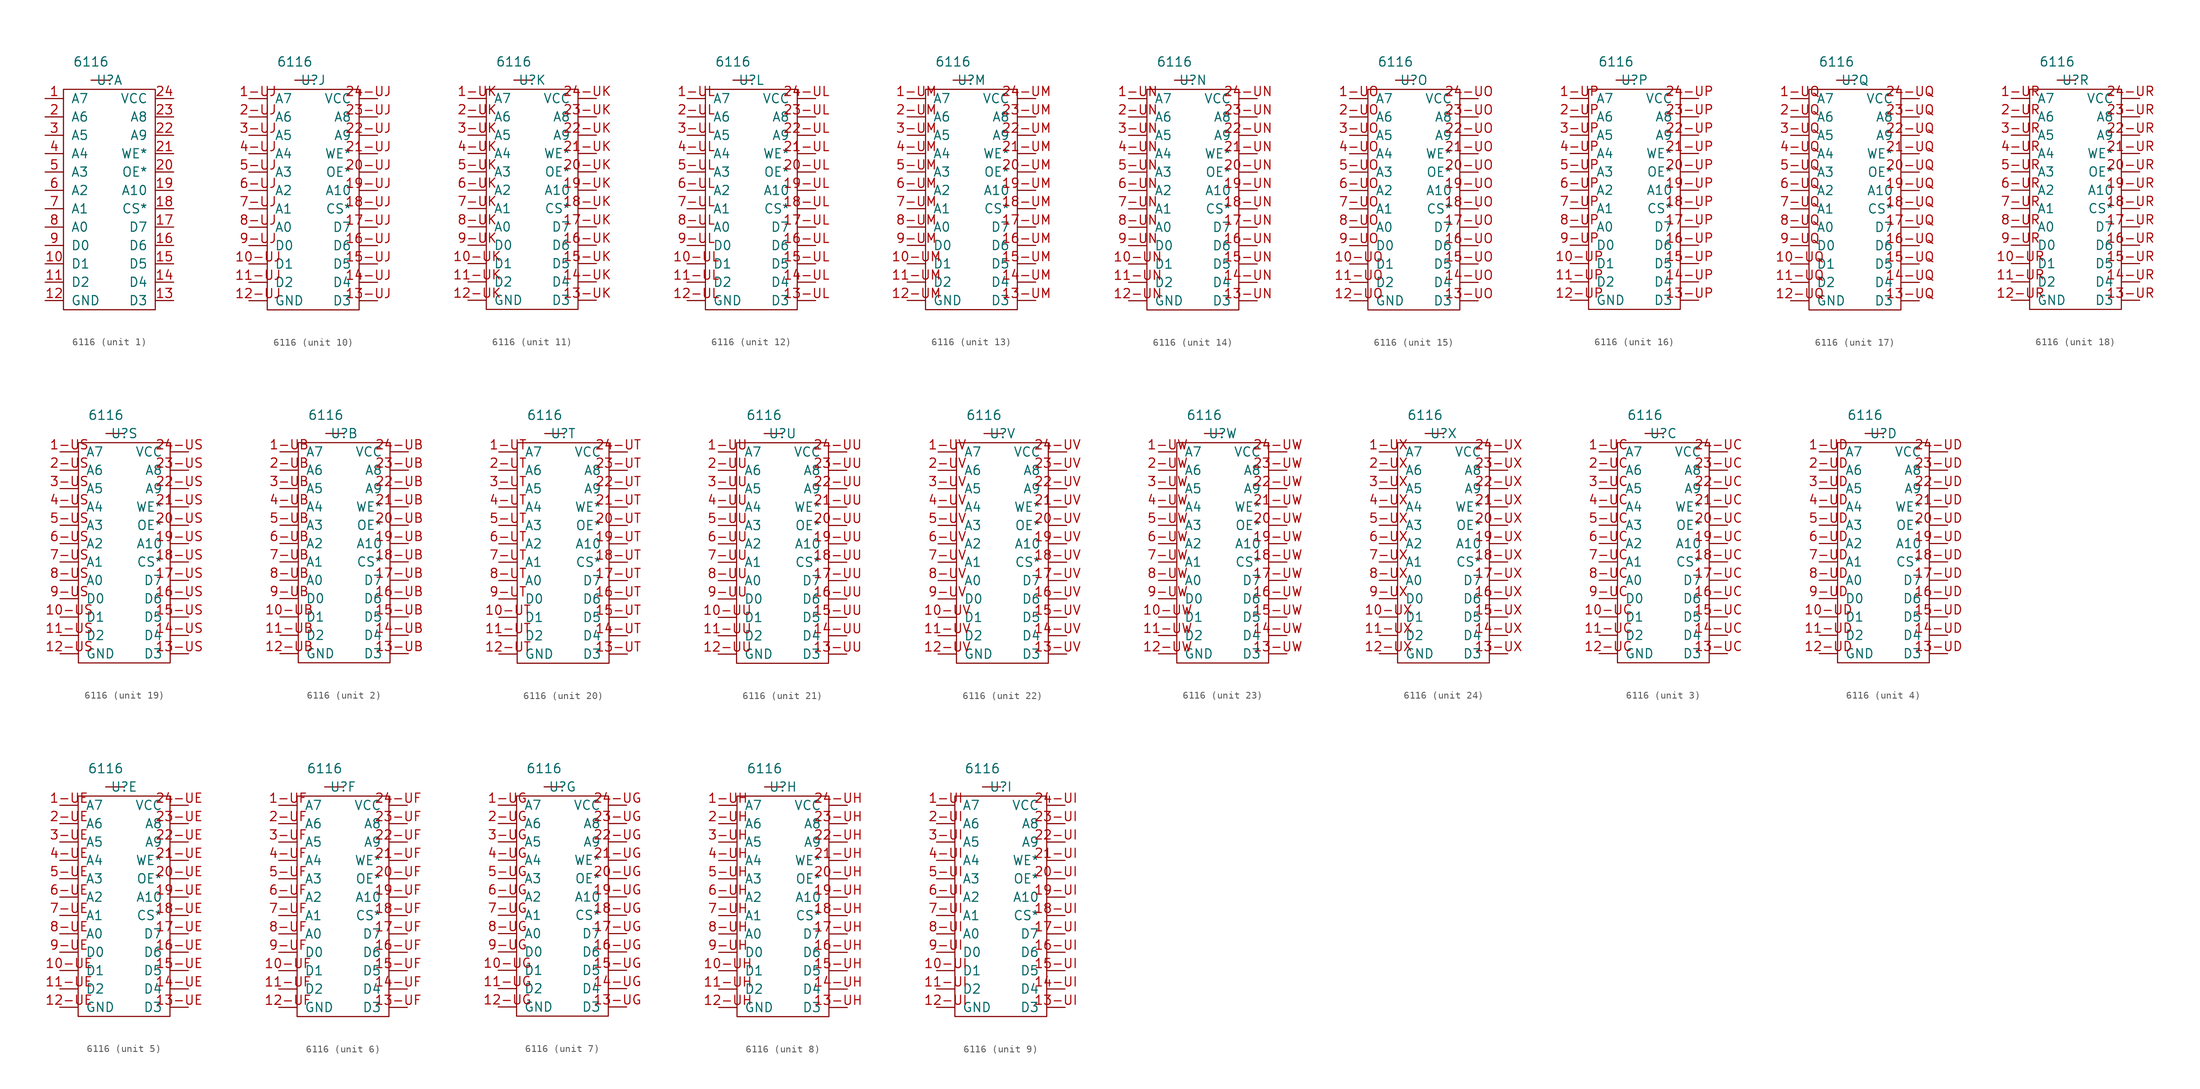
<source format=kicad_sym>
(kicad_symbol_lib
  (version 20231120)
  (generator "kicad_symbol_editor")
  (generator_version "8.0")
  (symbol "6116"
    (pin_names
      (offset 1.016))
    (property "Reference" "U"
      (at 0 0 0)
      (effects (font (size 1.27 1.27))))
    (property "Value" "6116"
      (at -2.54 2.54 0)
      (effects (font (size 1.27 1.27))))
    (symbol "6116_0_1"
      (rectangle (start -6.35 -1.27) (end 6.35 -31.75) (stroke (width 0) (type default)) (fill (type none)))
      (rectangle (start 0 0) (end -2.54 0) (stroke (width 0) (type default)) (fill (type none))))
    (symbol "6116_1_1"
      (pin input line (at -8.89 -2.54 0) (length 2.54) (name "A7" (effects (font (size 1.27 1.27)))) (number "1" (effects (font (size 1.27 1.27)))))
      (pin bidirectional line (at -8.89 -25.4 0) (length 2.54) (name "D1" (effects (font (size 1.27 1.27)))) (number "10" (effects (font (size 1.27 1.27)))))
      (pin bidirectional line (at -8.89 -27.94 0) (length 2.54) (name "D2" (effects (font (size 1.27 1.27)))) (number "11" (effects (font (size 1.27 1.27)))))
      (pin power_in line (at -8.89 -30.48 0) (length 2.54) (name "GND" (effects (font (size 1.27 1.27)))) (number "12" (effects (font (size 1.27 1.27)))))
      (pin bidirectional line (at 8.89 -30.48 180) (length 2.54) (name "D3" (effects (font (size 1.27 1.27)))) (number "13" (effects (font (size 1.27 1.27)))))
      (pin bidirectional line (at 8.89 -27.94 180) (length 2.54) (name "D4" (effects (font (size 1.27 1.27)))) (number "14" (effects (font (size 1.27 1.27)))))
      (pin bidirectional line (at 8.89 -25.4 180) (length 2.54) (name "D5" (effects (font (size 1.27 1.27)))) (number "15" (effects (font (size 1.27 1.27)))))
      (pin bidirectional line (at 8.89 -22.86 180) (length 2.54) (name "D6" (effects (font (size 1.27 1.27)))) (number "16" (effects (font (size 1.27 1.27)))))
      (pin bidirectional line (at 8.89 -20.32 180) (length 2.54) (name "D7" (effects (font (size 1.27 1.27)))) (number "17" (effects (font (size 1.27 1.27)))))
      (pin input line (at 8.89 -17.78 180) (length 2.54) (name "CS*" (effects (font (size 1.27 1.27)))) (number "18" (effects (font (size 1.27 1.27)))))
      (pin input line (at 8.89 -15.24 180) (length 2.54) (name "A10" (effects (font (size 1.27 1.27)))) (number "19" (effects (font (size 1.27 1.27)))))
      (pin input line (at -8.89 -5.08 0) (length 2.54) (name "A6" (effects (font (size 1.27 1.27)))) (number "2" (effects (font (size 1.27 1.27)))))
      (pin input line (at 8.89 -12.7 180) (length 2.54) (name "OE*" (effects (font (size 1.27 1.27)))) (number "20" (effects (font (size 1.27 1.27)))))
      (pin input line (at 8.89 -10.16 180) (length 2.54) (name "WE*" (effects (font (size 1.27 1.27)))) (number "21" (effects (font (size 1.27 1.27)))))
      (pin input line (at 8.89 -7.62 180) (length 2.54) (name "A9" (effects (font (size 1.27 1.27)))) (number "22" (effects (font (size 1.27 1.27)))))
      (pin input line (at 8.89 -5.08 180) (length 2.54) (name "A8" (effects (font (size 1.27 1.27)))) (number "23" (effects (font (size 1.27 1.27)))))
      (pin power_in line (at 8.89 -2.54 180) (length 2.54) (name "VCC" (effects (font (size 1.27 1.27)))) (number "24" (effects (font (size 1.27 1.27)))))
      (pin input line (at -8.89 -7.62 0) (length 2.54) (name "A5" (effects (font (size 1.27 1.27)))) (number "3" (effects (font (size 1.27 1.27)))))
      (pin input line (at -8.89 -10.16 0) (length 2.54) (name "A4" (effects (font (size 1.27 1.27)))) (number "4" (effects (font (size 1.27 1.27)))))
      (pin input line (at -8.89 -12.7 0) (length 2.54) (name "A3" (effects (font (size 1.27 1.27)))) (number "5" (effects (font (size 1.27 1.27)))))
      (pin input line (at -8.89 -15.24 0) (length 2.54) (name "A2" (effects (font (size 1.27 1.27)))) (number "6" (effects (font (size 1.27 1.27)))))
      (pin input line (at -8.89 -17.78 0) (length 2.54) (name "A1" (effects (font (size 1.27 1.27)))) (number "7" (effects (font (size 1.27 1.27)))))
      (pin input line (at -8.89 -20.32 0) (length 2.54) (name "A0" (effects (font (size 1.27 1.27)))) (number "8" (effects (font (size 1.27 1.27)))))
      (pin bidirectional line (at -8.89 -22.86 0) (length 2.54) (name "D0" (effects (font (size 1.27 1.27)))) (number "9" (effects (font (size 1.27 1.27))))))
    (symbol "6116_2_1"
      (pin input line (at -8.89 -2.54 0) (length 2.54) (name "A7" (effects (font (size 1.27 1.27)))) (number "1-UB" (effects (font (size 1.27 1.27)))))
      (pin bidirectional line (at -8.89 -25.4 0) (length 2.54) (name "D1" (effects (font (size 1.27 1.27)))) (number "10-UB" (effects (font (size 1.27 1.27)))))
      (pin bidirectional line (at -8.89 -27.94 0) (length 2.54) (name "D2" (effects (font (size 1.27 1.27)))) (number "11-UB" (effects (font (size 1.27 1.27)))))
      (pin power_in line (at -8.89 -30.48 0) (length 2.54) (name "GND" (effects (font (size 1.27 1.27)))) (number "12-UB" (effects (font (size 1.27 1.27)))))
      (pin bidirectional line (at 8.89 -30.48 180) (length 2.54) (name "D3" (effects (font (size 1.27 1.27)))) (number "13-UB" (effects (font (size 1.27 1.27)))))
      (pin bidirectional line (at 8.89 -27.94 180) (length 2.54) (name "D4" (effects (font (size 1.27 1.27)))) (number "14-UB" (effects (font (size 1.27 1.27)))))
      (pin bidirectional line (at 8.89 -25.4 180) (length 2.54) (name "D5" (effects (font (size 1.27 1.27)))) (number "15-UB" (effects (font (size 1.27 1.27)))))
      (pin bidirectional line (at 8.89 -22.86 180) (length 2.54) (name "D6" (effects (font (size 1.27 1.27)))) (number "16-UB" (effects (font (size 1.27 1.27)))))
      (pin bidirectional line (at 8.89 -20.32 180) (length 2.54) (name "D7" (effects (font (size 1.27 1.27)))) (number "17-UB" (effects (font (size 1.27 1.27)))))
      (pin input line (at 8.89 -17.78 180) (length 2.54) (name "CS*" (effects (font (size 1.27 1.27)))) (number "18-UB" (effects (font (size 1.27 1.27)))))
      (pin input line (at 8.89 -15.24 180) (length 2.54) (name "A10" (effects (font (size 1.27 1.27)))) (number "19-UB" (effects (font (size 1.27 1.27)))))
      (pin input line (at -8.89 -5.08 0) (length 2.54) (name "A6" (effects (font (size 1.27 1.27)))) (number "2-UB" (effects (font (size 1.27 1.27)))))
      (pin input line (at 8.89 -12.7 180) (length 2.54) (name "OE*" (effects (font (size 1.27 1.27)))) (number "20-UB" (effects (font (size 1.27 1.27)))))
      (pin input line (at 8.89 -10.16 180) (length 2.54) (name "WE*" (effects (font (size 1.27 1.27)))) (number "21-UB" (effects (font (size 1.27 1.27)))))
      (pin input line (at 8.89 -7.62 180) (length 2.54) (name "A9" (effects (font (size 1.27 1.27)))) (number "22-UB" (effects (font (size 1.27 1.27)))))
      (pin input line (at 8.89 -5.08 180) (length 2.54) (name "A8" (effects (font (size 1.27 1.27)))) (number "23-UB" (effects (font (size 1.27 1.27)))))
      (pin power_in line (at 8.89 -2.54 180) (length 2.54) (name "VCC" (effects (font (size 1.27 1.27)))) (number "24-UB" (effects (font (size 1.27 1.27)))))
      (pin input line (at -8.89 -7.62 0) (length 2.54) (name "A5" (effects (font (size 1.27 1.27)))) (number "3-UB" (effects (font (size 1.27 1.27)))))
      (pin input line (at -8.89 -10.16 0) (length 2.54) (name "A4" (effects (font (size 1.27 1.27)))) (number "4-UB" (effects (font (size 1.27 1.27)))))
      (pin input line (at -8.89 -12.7 0) (length 2.54) (name "A3" (effects (font (size 1.27 1.27)))) (number "5-UB" (effects (font (size 1.27 1.27)))))
      (pin input line (at -8.89 -15.24 0) (length 2.54) (name "A2" (effects (font (size 1.27 1.27)))) (number "6-UB" (effects (font (size 1.27 1.27)))))
      (pin input line (at -8.89 -17.78 0) (length 2.54) (name "A1" (effects (font (size 1.27 1.27)))) (number "7-UB" (effects (font (size 1.27 1.27)))))
      (pin input line (at -8.89 -20.32 0) (length 2.54) (name "A0" (effects (font (size 1.27 1.27)))) (number "8-UB" (effects (font (size 1.27 1.27)))))
      (pin bidirectional line (at -8.89 -22.86 0) (length 2.54) (name "D0" (effects (font (size 1.27 1.27)))) (number "9-UB" (effects (font (size 1.27 1.27))))))
    (symbol "6116_3_1"
      (pin input line (at -8.89 -2.54 0) (length 2.54) (name "A7" (effects (font (size 1.27 1.27)))) (number "1-UC" (effects (font (size 1.27 1.27)))))
      (pin bidirectional line (at -8.89 -25.4 0) (length 2.54) (name "D1" (effects (font (size 1.27 1.27)))) (number "10-UC" (effects (font (size 1.27 1.27)))))
      (pin bidirectional line (at -8.89 -27.94 0) (length 2.54) (name "D2" (effects (font (size 1.27 1.27)))) (number "11-UC" (effects (font (size 1.27 1.27)))))
      (pin power_in line (at -8.89 -30.48 0) (length 2.54) (name "GND" (effects (font (size 1.27 1.27)))) (number "12-UC" (effects (font (size 1.27 1.27)))))
      (pin bidirectional line (at 8.89 -30.48 180) (length 2.54) (name "D3" (effects (font (size 1.27 1.27)))) (number "13-UC" (effects (font (size 1.27 1.27)))))
      (pin bidirectional line (at 8.89 -27.94 180) (length 2.54) (name "D4" (effects (font (size 1.27 1.27)))) (number "14-UC" (effects (font (size 1.27 1.27)))))
      (pin bidirectional line (at 8.89 -25.4 180) (length 2.54) (name "D5" (effects (font (size 1.27 1.27)))) (number "15-UC" (effects (font (size 1.27 1.27)))))
      (pin bidirectional line (at 8.89 -22.86 180) (length 2.54) (name "D6" (effects (font (size 1.27 1.27)))) (number "16-UC" (effects (font (size 1.27 1.27)))))
      (pin bidirectional line (at 8.89 -20.32 180) (length 2.54) (name "D7" (effects (font (size 1.27 1.27)))) (number "17-UC" (effects (font (size 1.27 1.27)))))
      (pin input line (at 8.89 -17.78 180) (length 2.54) (name "CS*" (effects (font (size 1.27 1.27)))) (number "18-UC" (effects (font (size 1.27 1.27)))))
      (pin input line (at 8.89 -15.24 180) (length 2.54) (name "A10" (effects (font (size 1.27 1.27)))) (number "19-UC" (effects (font (size 1.27 1.27)))))
      (pin input line (at -8.89 -5.08 0) (length 2.54) (name "A6" (effects (font (size 1.27 1.27)))) (number "2-UC" (effects (font (size 1.27 1.27)))))
      (pin input line (at 8.89 -12.7 180) (length 2.54) (name "OE*" (effects (font (size 1.27 1.27)))) (number "20-UC" (effects (font (size 1.27 1.27)))))
      (pin input line (at 8.89 -10.16 180) (length 2.54) (name "WE*" (effects (font (size 1.27 1.27)))) (number "21-UC" (effects (font (size 1.27 1.27)))))
      (pin input line (at 8.89 -7.62 180) (length 2.54) (name "A9" (effects (font (size 1.27 1.27)))) (number "22-UC" (effects (font (size 1.27 1.27)))))
      (pin input line (at 8.89 -5.08 180) (length 2.54) (name "A8" (effects (font (size 1.27 1.27)))) (number "23-UC" (effects (font (size 1.27 1.27)))))
      (pin power_in line (at 8.89 -2.54 180) (length 2.54) (name "VCC" (effects (font (size 1.27 1.27)))) (number "24-UC" (effects (font (size 1.27 1.27)))))
      (pin input line (at -8.89 -7.62 0) (length 2.54) (name "A5" (effects (font (size 1.27 1.27)))) (number "3-UC" (effects (font (size 1.27 1.27)))))
      (pin input line (at -8.89 -10.16 0) (length 2.54) (name "A4" (effects (font (size 1.27 1.27)))) (number "4-UC" (effects (font (size 1.27 1.27)))))
      (pin input line (at -8.89 -12.7 0) (length 2.54) (name "A3" (effects (font (size 1.27 1.27)))) (number "5-UC" (effects (font (size 1.27 1.27)))))
      (pin input line (at -8.89 -15.24 0) (length 2.54) (name "A2" (effects (font (size 1.27 1.27)))) (number "6-UC" (effects (font (size 1.27 1.27)))))
      (pin input line (at -8.89 -17.78 0) (length 2.54) (name "A1" (effects (font (size 1.27 1.27)))) (number "7-UC" (effects (font (size 1.27 1.27)))))
      (pin input line (at -8.89 -20.32 0) (length 2.54) (name "A0" (effects (font (size 1.27 1.27)))) (number "8-UC" (effects (font (size 1.27 1.27)))))
      (pin bidirectional line (at -8.89 -22.86 0) (length 2.54) (name "D0" (effects (font (size 1.27 1.27)))) (number "9-UC" (effects (font (size 1.27 1.27))))))
    (symbol "6116_4_1"
      (pin input line (at -8.89 -2.54 0) (length 2.54) (name "A7" (effects (font (size 1.27 1.27)))) (number "1-UD" (effects (font (size 1.27 1.27)))))
      (pin bidirectional line (at -8.89 -25.4 0) (length 2.54) (name "D1" (effects (font (size 1.27 1.27)))) (number "10-UD" (effects (font (size 1.27 1.27)))))
      (pin bidirectional line (at -8.89 -27.94 0) (length 2.54) (name "D2" (effects (font (size 1.27 1.27)))) (number "11-UD" (effects (font (size 1.27 1.27)))))
      (pin power_in line (at -8.89 -30.48 0) (length 2.54) (name "GND" (effects (font (size 1.27 1.27)))) (number "12-UD" (effects (font (size 1.27 1.27)))))
      (pin bidirectional line (at 8.89 -30.48 180) (length 2.54) (name "D3" (effects (font (size 1.27 1.27)))) (number "13-UD" (effects (font (size 1.27 1.27)))))
      (pin bidirectional line (at 8.89 -27.94 180) (length 2.54) (name "D4" (effects (font (size 1.27 1.27)))) (number "14-UD" (effects (font (size 1.27 1.27)))))
      (pin bidirectional line (at 8.89 -25.4 180) (length 2.54) (name "D5" (effects (font (size 1.27 1.27)))) (number "15-UD" (effects (font (size 1.27 1.27)))))
      (pin bidirectional line (at 8.89 -22.86 180) (length 2.54) (name "D6" (effects (font (size 1.27 1.27)))) (number "16-UD" (effects (font (size 1.27 1.27)))))
      (pin bidirectional line (at 8.89 -20.32 180) (length 2.54) (name "D7" (effects (font (size 1.27 1.27)))) (number "17-UD" (effects (font (size 1.27 1.27)))))
      (pin input line (at 8.89 -17.78 180) (length 2.54) (name "CS*" (effects (font (size 1.27 1.27)))) (number "18-UD" (effects (font (size 1.27 1.27)))))
      (pin input line (at 8.89 -15.24 180) (length 2.54) (name "A10" (effects (font (size 1.27 1.27)))) (number "19-UD" (effects (font (size 1.27 1.27)))))
      (pin input line (at -8.89 -5.08 0) (length 2.54) (name "A6" (effects (font (size 1.27 1.27)))) (number "2-UD" (effects (font (size 1.27 1.27)))))
      (pin input line (at 8.89 -12.7 180) (length 2.54) (name "OE*" (effects (font (size 1.27 1.27)))) (number "20-UD" (effects (font (size 1.27 1.27)))))
      (pin input line (at 8.89 -10.16 180) (length 2.54) (name "WE*" (effects (font (size 1.27 1.27)))) (number "21-UD" (effects (font (size 1.27 1.27)))))
      (pin input line (at 8.89 -7.62 180) (length 2.54) (name "A9" (effects (font (size 1.27 1.27)))) (number "22-UD" (effects (font (size 1.27 1.27)))))
      (pin input line (at 8.89 -5.08 180) (length 2.54) (name "A8" (effects (font (size 1.27 1.27)))) (number "23-UD" (effects (font (size 1.27 1.27)))))
      (pin power_in line (at 8.89 -2.54 180) (length 2.54) (name "VCC" (effects (font (size 1.27 1.27)))) (number "24-UD" (effects (font (size 1.27 1.27)))))
      (pin input line (at -8.89 -7.62 0) (length 2.54) (name "A5" (effects (font (size 1.27 1.27)))) (number "3-UD" (effects (font (size 1.27 1.27)))))
      (pin input line (at -8.89 -10.16 0) (length 2.54) (name "A4" (effects (font (size 1.27 1.27)))) (number "4-UD" (effects (font (size 1.27 1.27)))))
      (pin input line (at -8.89 -12.7 0) (length 2.54) (name "A3" (effects (font (size 1.27 1.27)))) (number "5-UD" (effects (font (size 1.27 1.27)))))
      (pin input line (at -8.89 -15.24 0) (length 2.54) (name "A2" (effects (font (size 1.27 1.27)))) (number "6-UD" (effects (font (size 1.27 1.27)))))
      (pin input line (at -8.89 -17.78 0) (length 2.54) (name "A1" (effects (font (size 1.27 1.27)))) (number "7-UD" (effects (font (size 1.27 1.27)))))
      (pin input line (at -8.89 -20.32 0) (length 2.54) (name "A0" (effects (font (size 1.27 1.27)))) (number "8-UD" (effects (font (size 1.27 1.27)))))
      (pin bidirectional line (at -8.89 -22.86 0) (length 2.54) (name "D0" (effects (font (size 1.27 1.27)))) (number "9-UD" (effects (font (size 1.27 1.27))))))
    (symbol "6116_5_1"
      (pin input line (at -8.89 -2.54 0) (length 2.54) (name "A7" (effects (font (size 1.27 1.27)))) (number "1-UE" (effects (font (size 1.27 1.27)))))
      (pin bidirectional line (at -8.89 -25.4 0) (length 2.54) (name "D1" (effects (font (size 1.27 1.27)))) (number "10-UE" (effects (font (size 1.27 1.27)))))
      (pin bidirectional line (at -8.89 -27.94 0) (length 2.54) (name "D2" (effects (font (size 1.27 1.27)))) (number "11-UE" (effects (font (size 1.27 1.27)))))
      (pin power_in line (at -8.89 -30.48 0) (length 2.54) (name "GND" (effects (font (size 1.27 1.27)))) (number "12-UE" (effects (font (size 1.27 1.27)))))
      (pin bidirectional line (at 8.89 -30.48 180) (length 2.54) (name "D3" (effects (font (size 1.27 1.27)))) (number "13-UE" (effects (font (size 1.27 1.27)))))
      (pin bidirectional line (at 8.89 -27.94 180) (length 2.54) (name "D4" (effects (font (size 1.27 1.27)))) (number "14-UE" (effects (font (size 1.27 1.27)))))
      (pin bidirectional line (at 8.89 -25.4 180) (length 2.54) (name "D5" (effects (font (size 1.27 1.27)))) (number "15-UE" (effects (font (size 1.27 1.27)))))
      (pin bidirectional line (at 8.89 -22.86 180) (length 2.54) (name "D6" (effects (font (size 1.27 1.27)))) (number "16-UE" (effects (font (size 1.27 1.27)))))
      (pin bidirectional line (at 8.89 -20.32 180) (length 2.54) (name "D7" (effects (font (size 1.27 1.27)))) (number "17-UE" (effects (font (size 1.27 1.27)))))
      (pin input line (at 8.89 -17.78 180) (length 2.54) (name "CS*" (effects (font (size 1.27 1.27)))) (number "18-UE" (effects (font (size 1.27 1.27)))))
      (pin input line (at 8.89 -15.24 180) (length 2.54) (name "A10" (effects (font (size 1.27 1.27)))) (number "19-UE" (effects (font (size 1.27 1.27)))))
      (pin input line (at -8.89 -5.08 0) (length 2.54) (name "A6" (effects (font (size 1.27 1.27)))) (number "2-UE" (effects (font (size 1.27 1.27)))))
      (pin input line (at 8.89 -12.7 180) (length 2.54) (name "OE*" (effects (font (size 1.27 1.27)))) (number "20-UE" (effects (font (size 1.27 1.27)))))
      (pin input line (at 8.89 -10.16 180) (length 2.54) (name "WE*" (effects (font (size 1.27 1.27)))) (number "21-UE" (effects (font (size 1.27 1.27)))))
      (pin input line (at 8.89 -7.62 180) (length 2.54) (name "A9" (effects (font (size 1.27 1.27)))) (number "22-UE" (effects (font (size 1.27 1.27)))))
      (pin input line (at 8.89 -5.08 180) (length 2.54) (name "A8" (effects (font (size 1.27 1.27)))) (number "23-UE" (effects (font (size 1.27 1.27)))))
      (pin power_in line (at 8.89 -2.54 180) (length 2.54) (name "VCC" (effects (font (size 1.27 1.27)))) (number "24-UE" (effects (font (size 1.27 1.27)))))
      (pin input line (at -8.89 -7.62 0) (length 2.54) (name "A5" (effects (font (size 1.27 1.27)))) (number "3-UE" (effects (font (size 1.27 1.27)))))
      (pin input line (at -8.89 -10.16 0) (length 2.54) (name "A4" (effects (font (size 1.27 1.27)))) (number "4-UE" (effects (font (size 1.27 1.27)))))
      (pin input line (at -8.89 -12.7 0) (length 2.54) (name "A3" (effects (font (size 1.27 1.27)))) (number "5-UE" (effects (font (size 1.27 1.27)))))
      (pin input line (at -8.89 -15.24 0) (length 2.54) (name "A2" (effects (font (size 1.27 1.27)))) (number "6-UE" (effects (font (size 1.27 1.27)))))
      (pin input line (at -8.89 -17.78 0) (length 2.54) (name "A1" (effects (font (size 1.27 1.27)))) (number "7-UE" (effects (font (size 1.27 1.27)))))
      (pin input line (at -8.89 -20.32 0) (length 2.54) (name "A0" (effects (font (size 1.27 1.27)))) (number "8-UE" (effects (font (size 1.27 1.27)))))
      (pin bidirectional line (at -8.89 -22.86 0) (length 2.54) (name "D0" (effects (font (size 1.27 1.27)))) (number "9-UE" (effects (font (size 1.27 1.27))))))
    (symbol "6116_6_1"
      (pin input line (at -8.89 -2.54 0) (length 2.54) (name "A7" (effects (font (size 1.27 1.27)))) (number "1-UF" (effects (font (size 1.27 1.27)))))
      (pin bidirectional line (at -8.89 -25.4 0) (length 2.54) (name "D1" (effects (font (size 1.27 1.27)))) (number "10-UF" (effects (font (size 1.27 1.27)))))
      (pin bidirectional line (at -8.89 -27.94 0) (length 2.54) (name "D2" (effects (font (size 1.27 1.27)))) (number "11-UF" (effects (font (size 1.27 1.27)))))
      (pin power_in line (at -8.89 -30.48 0) (length 2.54) (name "GND" (effects (font (size 1.27 1.27)))) (number "12-UF" (effects (font (size 1.27 1.27)))))
      (pin bidirectional line (at 8.89 -30.48 180) (length 2.54) (name "D3" (effects (font (size 1.27 1.27)))) (number "13-UF" (effects (font (size 1.27 1.27)))))
      (pin bidirectional line (at 8.89 -27.94 180) (length 2.54) (name "D4" (effects (font (size 1.27 1.27)))) (number "14-UF" (effects (font (size 1.27 1.27)))))
      (pin bidirectional line (at 8.89 -25.4 180) (length 2.54) (name "D5" (effects (font (size 1.27 1.27)))) (number "15-UF" (effects (font (size 1.27 1.27)))))
      (pin bidirectional line (at 8.89 -22.86 180) (length 2.54) (name "D6" (effects (font (size 1.27 1.27)))) (number "16-UF" (effects (font (size 1.27 1.27)))))
      (pin bidirectional line (at 8.89 -20.32 180) (length 2.54) (name "D7" (effects (font (size 1.27 1.27)))) (number "17-UF" (effects (font (size 1.27 1.27)))))
      (pin input line (at 8.89 -17.78 180) (length 2.54) (name "CS*" (effects (font (size 1.27 1.27)))) (number "18-UF" (effects (font (size 1.27 1.27)))))
      (pin input line (at 8.89 -15.24 180) (length 2.54) (name "A10" (effects (font (size 1.27 1.27)))) (number "19-UF" (effects (font (size 1.27 1.27)))))
      (pin input line (at -8.89 -5.08 0) (length 2.54) (name "A6" (effects (font (size 1.27 1.27)))) (number "2-UF" (effects (font (size 1.27 1.27)))))
      (pin input line (at 8.89 -12.7 180) (length 2.54) (name "OE*" (effects (font (size 1.27 1.27)))) (number "20-UF" (effects (font (size 1.27 1.27)))))
      (pin input line (at 8.89 -10.16 180) (length 2.54) (name "WE*" (effects (font (size 1.27 1.27)))) (number "21-UF" (effects (font (size 1.27 1.27)))))
      (pin input line (at 8.89 -7.62 180) (length 2.54) (name "A9" (effects (font (size 1.27 1.27)))) (number "22-UF" (effects (font (size 1.27 1.27)))))
      (pin input line (at 8.89 -5.08 180) (length 2.54) (name "A8" (effects (font (size 1.27 1.27)))) (number "23-UF" (effects (font (size 1.27 1.27)))))
      (pin power_in line (at 8.89 -2.54 180) (length 2.54) (name "VCC" (effects (font (size 1.27 1.27)))) (number "24-UF" (effects (font (size 1.27 1.27)))))
      (pin input line (at -8.89 -7.62 0) (length 2.54) (name "A5" (effects (font (size 1.27 1.27)))) (number "3-UF" (effects (font (size 1.27 1.27)))))
      (pin input line (at -8.89 -10.16 0) (length 2.54) (name "A4" (effects (font (size 1.27 1.27)))) (number "4-UF" (effects (font (size 1.27 1.27)))))
      (pin input line (at -8.89 -12.7 0) (length 2.54) (name "A3" (effects (font (size 1.27 1.27)))) (number "5-UF" (effects (font (size 1.27 1.27)))))
      (pin input line (at -8.89 -15.24 0) (length 2.54) (name "A2" (effects (font (size 1.27 1.27)))) (number "6-UF" (effects (font (size 1.27 1.27)))))
      (pin input line (at -8.89 -17.78 0) (length 2.54) (name "A1" (effects (font (size 1.27 1.27)))) (number "7-UF" (effects (font (size 1.27 1.27)))))
      (pin input line (at -8.89 -20.32 0) (length 2.54) (name "A0" (effects (font (size 1.27 1.27)))) (number "8-UF" (effects (font (size 1.27 1.27)))))
      (pin bidirectional line (at -8.89 -22.86 0) (length 2.54) (name "D0" (effects (font (size 1.27 1.27)))) (number "9-UF" (effects (font (size 1.27 1.27))))))
    (symbol "6116_7_1"
      (pin input line (at -8.89 -2.54 0) (length 2.54) (name "A7" (effects (font (size 1.27 1.27)))) (number "1-UG" (effects (font (size 1.27 1.27)))))
      (pin bidirectional line (at -8.89 -25.4 0) (length 2.54) (name "D1" (effects (font (size 1.27 1.27)))) (number "10-UG" (effects (font (size 1.27 1.27)))))
      (pin bidirectional line (at -8.89 -27.94 0) (length 2.54) (name "D2" (effects (font (size 1.27 1.27)))) (number "11-UG" (effects (font (size 1.27 1.27)))))
      (pin power_in line (at -8.89 -30.48 0) (length 2.54) (name "GND" (effects (font (size 1.27 1.27)))) (number "12-UG" (effects (font (size 1.27 1.27)))))
      (pin bidirectional line (at 8.89 -30.48 180) (length 2.54) (name "D3" (effects (font (size 1.27 1.27)))) (number "13-UG" (effects (font (size 1.27 1.27)))))
      (pin bidirectional line (at 8.89 -27.94 180) (length 2.54) (name "D4" (effects (font (size 1.27 1.27)))) (number "14-UG" (effects (font (size 1.27 1.27)))))
      (pin bidirectional line (at 8.89 -25.4 180) (length 2.54) (name "D5" (effects (font (size 1.27 1.27)))) (number "15-UG" (effects (font (size 1.27 1.27)))))
      (pin bidirectional line (at 8.89 -22.86 180) (length 2.54) (name "D6" (effects (font (size 1.27 1.27)))) (number "16-UG" (effects (font (size 1.27 1.27)))))
      (pin bidirectional line (at 8.89 -20.32 180) (length 2.54) (name "D7" (effects (font (size 1.27 1.27)))) (number "17-UG" (effects (font (size 1.27 1.27)))))
      (pin input line (at 8.89 -17.78 180) (length 2.54) (name "CS*" (effects (font (size 1.27 1.27)))) (number "18-UG" (effects (font (size 1.27 1.27)))))
      (pin input line (at 8.89 -15.24 180) (length 2.54) (name "A10" (effects (font (size 1.27 1.27)))) (number "19-UG" (effects (font (size 1.27 1.27)))))
      (pin input line (at -8.89 -5.08 0) (length 2.54) (name "A6" (effects (font (size 1.27 1.27)))) (number "2-UG" (effects (font (size 1.27 1.27)))))
      (pin input line (at 8.89 -12.7 180) (length 2.54) (name "OE*" (effects (font (size 1.27 1.27)))) (number "20-UG" (effects (font (size 1.27 1.27)))))
      (pin input line (at 8.89 -10.16 180) (length 2.54) (name "WE*" (effects (font (size 1.27 1.27)))) (number "21-UG" (effects (font (size 1.27 1.27)))))
      (pin input line (at 8.89 -7.62 180) (length 2.54) (name "A9" (effects (font (size 1.27 1.27)))) (number "22-UG" (effects (font (size 1.27 1.27)))))
      (pin input line (at 8.89 -5.08 180) (length 2.54) (name "A8" (effects (font (size 1.27 1.27)))) (number "23-UG" (effects (font (size 1.27 1.27)))))
      (pin power_in line (at 8.89 -2.54 180) (length 2.54) (name "VCC" (effects (font (size 1.27 1.27)))) (number "24-UG" (effects (font (size 1.27 1.27)))))
      (pin input line (at -8.89 -7.62 0) (length 2.54) (name "A5" (effects (font (size 1.27 1.27)))) (number "3-UG" (effects (font (size 1.27 1.27)))))
      (pin input line (at -8.89 -10.16 0) (length 2.54) (name "A4" (effects (font (size 1.27 1.27)))) (number "4-UG" (effects (font (size 1.27 1.27)))))
      (pin input line (at -8.89 -12.7 0) (length 2.54) (name "A3" (effects (font (size 1.27 1.27)))) (number "5-UG" (effects (font (size 1.27 1.27)))))
      (pin input line (at -8.89 -15.24 0) (length 2.54) (name "A2" (effects (font (size 1.27 1.27)))) (number "6-UG" (effects (font (size 1.27 1.27)))))
      (pin input line (at -8.89 -17.78 0) (length 2.54) (name "A1" (effects (font (size 1.27 1.27)))) (number "7-UG" (effects (font (size 1.27 1.27)))))
      (pin input line (at -8.89 -20.32 0) (length 2.54) (name "A0" (effects (font (size 1.27 1.27)))) (number "8-UG" (effects (font (size 1.27 1.27)))))
      (pin bidirectional line (at -8.89 -22.86 0) (length 2.54) (name "D0" (effects (font (size 1.27 1.27)))) (number "9-UG" (effects (font (size 1.27 1.27))))))
    (symbol "6116_8_1"
      (pin input line (at -8.89 -2.54 0) (length 2.54) (name "A7" (effects (font (size 1.27 1.27)))) (number "1-UH" (effects (font (size 1.27 1.27)))))
      (pin bidirectional line (at -8.89 -25.4 0) (length 2.54) (name "D1" (effects (font (size 1.27 1.27)))) (number "10-UH" (effects (font (size 1.27 1.27)))))
      (pin bidirectional line (at -8.89 -27.94 0) (length 2.54) (name "D2" (effects (font (size 1.27 1.27)))) (number "11-UH" (effects (font (size 1.27 1.27)))))
      (pin power_in line (at -8.89 -30.48 0) (length 2.54) (name "GND" (effects (font (size 1.27 1.27)))) (number "12-UH" (effects (font (size 1.27 1.27)))))
      (pin bidirectional line (at 8.89 -30.48 180) (length 2.54) (name "D3" (effects (font (size 1.27 1.27)))) (number "13-UH" (effects (font (size 1.27 1.27)))))
      (pin bidirectional line (at 8.89 -27.94 180) (length 2.54) (name "D4" (effects (font (size 1.27 1.27)))) (number "14-UH" (effects (font (size 1.27 1.27)))))
      (pin bidirectional line (at 8.89 -25.4 180) (length 2.54) (name "D5" (effects (font (size 1.27 1.27)))) (number "15-UH" (effects (font (size 1.27 1.27)))))
      (pin bidirectional line (at 8.89 -22.86 180) (length 2.54) (name "D6" (effects (font (size 1.27 1.27)))) (number "16-UH" (effects (font (size 1.27 1.27)))))
      (pin bidirectional line (at 8.89 -20.32 180) (length 2.54) (name "D7" (effects (font (size 1.27 1.27)))) (number "17-UH" (effects (font (size 1.27 1.27)))))
      (pin input line (at 8.89 -17.78 180) (length 2.54) (name "CS*" (effects (font (size 1.27 1.27)))) (number "18-UH" (effects (font (size 1.27 1.27)))))
      (pin input line (at 8.89 -15.24 180) (length 2.54) (name "A10" (effects (font (size 1.27 1.27)))) (number "19-UH" (effects (font (size 1.27 1.27)))))
      (pin input line (at -8.89 -5.08 0) (length 2.54) (name "A6" (effects (font (size 1.27 1.27)))) (number "2-UH" (effects (font (size 1.27 1.27)))))
      (pin input line (at 8.89 -12.7 180) (length 2.54) (name "OE*" (effects (font (size 1.27 1.27)))) (number "20-UH" (effects (font (size 1.27 1.27)))))
      (pin input line (at 8.89 -10.16 180) (length 2.54) (name "WE*" (effects (font (size 1.27 1.27)))) (number "21-UH" (effects (font (size 1.27 1.27)))))
      (pin input line (at 8.89 -7.62 180) (length 2.54) (name "A9" (effects (font (size 1.27 1.27)))) (number "22-UH" (effects (font (size 1.27 1.27)))))
      (pin input line (at 8.89 -5.08 180) (length 2.54) (name "A8" (effects (font (size 1.27 1.27)))) (number "23-UH" (effects (font (size 1.27 1.27)))))
      (pin power_in line (at 8.89 -2.54 180) (length 2.54) (name "VCC" (effects (font (size 1.27 1.27)))) (number "24-UH" (effects (font (size 1.27 1.27)))))
      (pin input line (at -8.89 -7.62 0) (length 2.54) (name "A5" (effects (font (size 1.27 1.27)))) (number "3-UH" (effects (font (size 1.27 1.27)))))
      (pin input line (at -8.89 -10.16 0) (length 2.54) (name "A4" (effects (font (size 1.27 1.27)))) (number "4-UH" (effects (font (size 1.27 1.27)))))
      (pin input line (at -8.89 -12.7 0) (length 2.54) (name "A3" (effects (font (size 1.27 1.27)))) (number "5-UH" (effects (font (size 1.27 1.27)))))
      (pin input line (at -8.89 -15.24 0) (length 2.54) (name "A2" (effects (font (size 1.27 1.27)))) (number "6-UH" (effects (font (size 1.27 1.27)))))
      (pin input line (at -8.89 -17.78 0) (length 2.54) (name "A1" (effects (font (size 1.27 1.27)))) (number "7-UH" (effects (font (size 1.27 1.27)))))
      (pin input line (at -8.89 -20.32 0) (length 2.54) (name "A0" (effects (font (size 1.27 1.27)))) (number "8-UH" (effects (font (size 1.27 1.27)))))
      (pin bidirectional line (at -8.89 -22.86 0) (length 2.54) (name "D0" (effects (font (size 1.27 1.27)))) (number "9-UH" (effects (font (size 1.27 1.27))))))
    (symbol "6116_9_1"
      (pin input line (at -8.89 -2.54 0) (length 2.54) (name "A7" (effects (font (size 1.27 1.27)))) (number "1-UI" (effects (font (size 1.27 1.27)))))
      (pin bidirectional line (at -8.89 -25.4 0) (length 2.54) (name "D1" (effects (font (size 1.27 1.27)))) (number "10-UI" (effects (font (size 1.27 1.27)))))
      (pin bidirectional line (at -8.89 -27.94 0) (length 2.54) (name "D2" (effects (font (size 1.27 1.27)))) (number "11-UI" (effects (font (size 1.27 1.27)))))
      (pin power_in line (at -8.89 -30.48 0) (length 2.54) (name "GND" (effects (font (size 1.27 1.27)))) (number "12-UI" (effects (font (size 1.27 1.27)))))
      (pin bidirectional line (at 8.89 -30.48 180) (length 2.54) (name "D3" (effects (font (size 1.27 1.27)))) (number "13-UI" (effects (font (size 1.27 1.27)))))
      (pin bidirectional line (at 8.89 -27.94 180) (length 2.54) (name "D4" (effects (font (size 1.27 1.27)))) (number "14-UI" (effects (font (size 1.27 1.27)))))
      (pin bidirectional line (at 8.89 -25.4 180) (length 2.54) (name "D5" (effects (font (size 1.27 1.27)))) (number "15-UI" (effects (font (size 1.27 1.27)))))
      (pin bidirectional line (at 8.89 -22.86 180) (length 2.54) (name "D6" (effects (font (size 1.27 1.27)))) (number "16-UI" (effects (font (size 1.27 1.27)))))
      (pin bidirectional line (at 8.89 -20.32 180) (length 2.54) (name "D7" (effects (font (size 1.27 1.27)))) (number "17-UI" (effects (font (size 1.27 1.27)))))
      (pin input line (at 8.89 -17.78 180) (length 2.54) (name "CS*" (effects (font (size 1.27 1.27)))) (number "18-UI" (effects (font (size 1.27 1.27)))))
      (pin input line (at 8.89 -15.24 180) (length 2.54) (name "A10" (effects (font (size 1.27 1.27)))) (number "19-UI" (effects (font (size 1.27 1.27)))))
      (pin input line (at -8.89 -5.08 0) (length 2.54) (name "A6" (effects (font (size 1.27 1.27)))) (number "2-UI" (effects (font (size 1.27 1.27)))))
      (pin input line (at 8.89 -12.7 180) (length 2.54) (name "OE*" (effects (font (size 1.27 1.27)))) (number "20-UI" (effects (font (size 1.27 1.27)))))
      (pin input line (at 8.89 -10.16 180) (length 2.54) (name "WE*" (effects (font (size 1.27 1.27)))) (number "21-UI" (effects (font (size 1.27 1.27)))))
      (pin input line (at 8.89 -7.62 180) (length 2.54) (name "A9" (effects (font (size 1.27 1.27)))) (number "22-UI" (effects (font (size 1.27 1.27)))))
      (pin input line (at 8.89 -5.08 180) (length 2.54) (name "A8" (effects (font (size 1.27 1.27)))) (number "23-UI" (effects (font (size 1.27 1.27)))))
      (pin power_in line (at 8.89 -2.54 180) (length 2.54) (name "VCC" (effects (font (size 1.27 1.27)))) (number "24-UI" (effects (font (size 1.27 1.27)))))
      (pin input line (at -8.89 -7.62 0) (length 2.54) (name "A5" (effects (font (size 1.27 1.27)))) (number "3-UI" (effects (font (size 1.27 1.27)))))
      (pin input line (at -8.89 -10.16 0) (length 2.54) (name "A4" (effects (font (size 1.27 1.27)))) (number "4-UI" (effects (font (size 1.27 1.27)))))
      (pin input line (at -8.89 -12.7 0) (length 2.54) (name "A3" (effects (font (size 1.27 1.27)))) (number "5-UI" (effects (font (size 1.27 1.27)))))
      (pin input line (at -8.89 -15.24 0) (length 2.54) (name "A2" (effects (font (size 1.27 1.27)))) (number "6-UI" (effects (font (size 1.27 1.27)))))
      (pin input line (at -8.89 -17.78 0) (length 2.54) (name "A1" (effects (font (size 1.27 1.27)))) (number "7-UI" (effects (font (size 1.27 1.27)))))
      (pin input line (at -8.89 -20.32 0) (length 2.54) (name "A0" (effects (font (size 1.27 1.27)))) (number "8-UI" (effects (font (size 1.27 1.27)))))
      (pin bidirectional line (at -8.89 -22.86 0) (length 2.54) (name "D0" (effects (font (size 1.27 1.27)))) (number "9-UI" (effects (font (size 1.27 1.27))))))
    (symbol "6116_10_1"
      (pin input line (at -8.89 -2.54 0) (length 2.54) (name "A7" (effects (font (size 1.27 1.27)))) (number "1-UJ" (effects (font (size 1.27 1.27)))))
      (pin bidirectional line (at -8.89 -25.4 0) (length 2.54) (name "D1" (effects (font (size 1.27 1.27)))) (number "10-UJ" (effects (font (size 1.27 1.27)))))
      (pin bidirectional line (at -8.89 -27.94 0) (length 2.54) (name "D2" (effects (font (size 1.27 1.27)))) (number "11-UJ" (effects (font (size 1.27 1.27)))))
      (pin power_in line (at -8.89 -30.48 0) (length 2.54) (name "GND" (effects (font (size 1.27 1.27)))) (number "12-UJ" (effects (font (size 1.27 1.27)))))
      (pin bidirectional line (at 8.89 -30.48 180) (length 2.54) (name "D3" (effects (font (size 1.27 1.27)))) (number "13-UJ" (effects (font (size 1.27 1.27)))))
      (pin bidirectional line (at 8.89 -27.94 180) (length 2.54) (name "D4" (effects (font (size 1.27 1.27)))) (number "14-UJ" (effects (font (size 1.27 1.27)))))
      (pin bidirectional line (at 8.89 -25.4 180) (length 2.54) (name "D5" (effects (font (size 1.27 1.27)))) (number "15-UJ" (effects (font (size 1.27 1.27)))))
      (pin bidirectional line (at 8.89 -22.86 180) (length 2.54) (name "D6" (effects (font (size 1.27 1.27)))) (number "16-UJ" (effects (font (size 1.27 1.27)))))
      (pin bidirectional line (at 8.89 -20.32 180) (length 2.54) (name "D7" (effects (font (size 1.27 1.27)))) (number "17-UJ" (effects (font (size 1.27 1.27)))))
      (pin input line (at 8.89 -17.78 180) (length 2.54) (name "CS*" (effects (font (size 1.27 1.27)))) (number "18-UJ" (effects (font (size 1.27 1.27)))))
      (pin input line (at 8.89 -15.24 180) (length 2.54) (name "A10" (effects (font (size 1.27 1.27)))) (number "19-UJ" (effects (font (size 1.27 1.27)))))
      (pin input line (at -8.89 -5.08 0) (length 2.54) (name "A6" (effects (font (size 1.27 1.27)))) (number "2-UJ" (effects (font (size 1.27 1.27)))))
      (pin input line (at 8.89 -12.7 180) (length 2.54) (name "OE*" (effects (font (size 1.27 1.27)))) (number "20-UJ" (effects (font (size 1.27 1.27)))))
      (pin input line (at 8.89 -10.16 180) (length 2.54) (name "WE*" (effects (font (size 1.27 1.27)))) (number "21-UJ" (effects (font (size 1.27 1.27)))))
      (pin input line (at 8.89 -7.62 180) (length 2.54) (name "A9" (effects (font (size 1.27 1.27)))) (number "22-UJ" (effects (font (size 1.27 1.27)))))
      (pin input line (at 8.89 -5.08 180) (length 2.54) (name "A8" (effects (font (size 1.27 1.27)))) (number "23-UJ" (effects (font (size 1.27 1.27)))))
      (pin power_in line (at 8.89 -2.54 180) (length 2.54) (name "VCC" (effects (font (size 1.27 1.27)))) (number "24-UJ" (effects (font (size 1.27 1.27)))))
      (pin input line (at -8.89 -7.62 0) (length 2.54) (name "A5" (effects (font (size 1.27 1.27)))) (number "3-UJ" (effects (font (size 1.27 1.27)))))
      (pin input line (at -8.89 -10.16 0) (length 2.54) (name "A4" (effects (font (size 1.27 1.27)))) (number "4-UJ" (effects (font (size 1.27 1.27)))))
      (pin input line (at -8.89 -12.7 0) (length 2.54) (name "A3" (effects (font (size 1.27 1.27)))) (number "5-UJ" (effects (font (size 1.27 1.27)))))
      (pin input line (at -8.89 -15.24 0) (length 2.54) (name "A2" (effects (font (size 1.27 1.27)))) (number "6-UJ" (effects (font (size 1.27 1.27)))))
      (pin input line (at -8.89 -17.78 0) (length 2.54) (name "A1" (effects (font (size 1.27 1.27)))) (number "7-UJ" (effects (font (size 1.27 1.27)))))
      (pin input line (at -8.89 -20.32 0) (length 2.54) (name "A0" (effects (font (size 1.27 1.27)))) (number "8-UJ" (effects (font (size 1.27 1.27)))))
      (pin bidirectional line (at -8.89 -22.86 0) (length 2.54) (name "D0" (effects (font (size 1.27 1.27)))) (number "9-UJ" (effects (font (size 1.27 1.27))))))
    (symbol "6116_11_1"
      (pin input line (at -8.89 -2.54 0) (length 2.54) (name "A7" (effects (font (size 1.27 1.27)))) (number "1-UK" (effects (font (size 1.27 1.27)))))
      (pin bidirectional line (at -8.89 -25.4 0) (length 2.54) (name "D1" (effects (font (size 1.27 1.27)))) (number "10-UK" (effects (font (size 1.27 1.27)))))
      (pin bidirectional line (at -8.89 -27.94 0) (length 2.54) (name "D2" (effects (font (size 1.27 1.27)))) (number "11-UK" (effects (font (size 1.27 1.27)))))
      (pin power_in line (at -8.89 -30.48 0) (length 2.54) (name "GND" (effects (font (size 1.27 1.27)))) (number "12-UK" (effects (font (size 1.27 1.27)))))
      (pin bidirectional line (at 8.89 -30.48 180) (length 2.54) (name "D3" (effects (font (size 1.27 1.27)))) (number "13-UK" (effects (font (size 1.27 1.27)))))
      (pin bidirectional line (at 8.89 -27.94 180) (length 2.54) (name "D4" (effects (font (size 1.27 1.27)))) (number "14-UK" (effects (font (size 1.27 1.27)))))
      (pin bidirectional line (at 8.89 -25.4 180) (length 2.54) (name "D5" (effects (font (size 1.27 1.27)))) (number "15-UK" (effects (font (size 1.27 1.27)))))
      (pin bidirectional line (at 8.89 -22.86 180) (length 2.54) (name "D6" (effects (font (size 1.27 1.27)))) (number "16-UK" (effects (font (size 1.27 1.27)))))
      (pin bidirectional line (at 8.89 -20.32 180) (length 2.54) (name "D7" (effects (font (size 1.27 1.27)))) (number "17-UK" (effects (font (size 1.27 1.27)))))
      (pin input line (at 8.89 -17.78 180) (length 2.54) (name "CS*" (effects (font (size 1.27 1.27)))) (number "18-UK" (effects (font (size 1.27 1.27)))))
      (pin input line (at 8.89 -15.24 180) (length 2.54) (name "A10" (effects (font (size 1.27 1.27)))) (number "19-UK" (effects (font (size 1.27 1.27)))))
      (pin input line (at -8.89 -5.08 0) (length 2.54) (name "A6" (effects (font (size 1.27 1.27)))) (number "2-UK" (effects (font (size 1.27 1.27)))))
      (pin input line (at 8.89 -12.7 180) (length 2.54) (name "OE*" (effects (font (size 1.27 1.27)))) (number "20-UK" (effects (font (size 1.27 1.27)))))
      (pin input line (at 8.89 -10.16 180) (length 2.54) (name "WE*" (effects (font (size 1.27 1.27)))) (number "21-UK" (effects (font (size 1.27 1.27)))))
      (pin input line (at 8.89 -7.62 180) (length 2.54) (name "A9" (effects (font (size 1.27 1.27)))) (number "22-UK" (effects (font (size 1.27 1.27)))))
      (pin input line (at 8.89 -5.08 180) (length 2.54) (name "A8" (effects (font (size 1.27 1.27)))) (number "23-UK" (effects (font (size 1.27 1.27)))))
      (pin power_in line (at 8.89 -2.54 180) (length 2.54) (name "VCC" (effects (font (size 1.27 1.27)))) (number "24-UK" (effects (font (size 1.27 1.27)))))
      (pin input line (at -8.89 -7.62 0) (length 2.54) (name "A5" (effects (font (size 1.27 1.27)))) (number "3-UK" (effects (font (size 1.27 1.27)))))
      (pin input line (at -8.89 -10.16 0) (length 2.54) (name "A4" (effects (font (size 1.27 1.27)))) (number "4-UK" (effects (font (size 1.27 1.27)))))
      (pin input line (at -8.89 -12.7 0) (length 2.54) (name "A3" (effects (font (size 1.27 1.27)))) (number "5-UK" (effects (font (size 1.27 1.27)))))
      (pin input line (at -8.89 -15.24 0) (length 2.54) (name "A2" (effects (font (size 1.27 1.27)))) (number "6-UK" (effects (font (size 1.27 1.27)))))
      (pin input line (at -8.89 -17.78 0) (length 2.54) (name "A1" (effects (font (size 1.27 1.27)))) (number "7-UK" (effects (font (size 1.27 1.27)))))
      (pin input line (at -8.89 -20.32 0) (length 2.54) (name "A0" (effects (font (size 1.27 1.27)))) (number "8-UK" (effects (font (size 1.27 1.27)))))
      (pin bidirectional line (at -8.89 -22.86 0) (length 2.54) (name "D0" (effects (font (size 1.27 1.27)))) (number "9-UK" (effects (font (size 1.27 1.27))))))
    (symbol "6116_12_1"
      (pin input line (at -8.89 -2.54 0) (length 2.54) (name "A7" (effects (font (size 1.27 1.27)))) (number "1-UL" (effects (font (size 1.27 1.27)))))
      (pin bidirectional line (at -8.89 -25.4 0) (length 2.54) (name "D1" (effects (font (size 1.27 1.27)))) (number "10-UL" (effects (font (size 1.27 1.27)))))
      (pin bidirectional line (at -8.89 -27.94 0) (length 2.54) (name "D2" (effects (font (size 1.27 1.27)))) (number "11-UL" (effects (font (size 1.27 1.27)))))
      (pin power_in line (at -8.89 -30.48 0) (length 2.54) (name "GND" (effects (font (size 1.27 1.27)))) (number "12-UL" (effects (font (size 1.27 1.27)))))
      (pin bidirectional line (at 8.89 -30.48 180) (length 2.54) (name "D3" (effects (font (size 1.27 1.27)))) (number "13-UL" (effects (font (size 1.27 1.27)))))
      (pin bidirectional line (at 8.89 -27.94 180) (length 2.54) (name "D4" (effects (font (size 1.27 1.27)))) (number "14-UL" (effects (font (size 1.27 1.27)))))
      (pin bidirectional line (at 8.89 -25.4 180) (length 2.54) (name "D5" (effects (font (size 1.27 1.27)))) (number "15-UL" (effects (font (size 1.27 1.27)))))
      (pin bidirectional line (at 8.89 -22.86 180) (length 2.54) (name "D6" (effects (font (size 1.27 1.27)))) (number "16-UL" (effects (font (size 1.27 1.27)))))
      (pin bidirectional line (at 8.89 -20.32 180) (length 2.54) (name "D7" (effects (font (size 1.27 1.27)))) (number "17-UL" (effects (font (size 1.27 1.27)))))
      (pin input line (at 8.89 -17.78 180) (length 2.54) (name "CS*" (effects (font (size 1.27 1.27)))) (number "18-UL" (effects (font (size 1.27 1.27)))))
      (pin input line (at 8.89 -15.24 180) (length 2.54) (name "A10" (effects (font (size 1.27 1.27)))) (number "19-UL" (effects (font (size 1.27 1.27)))))
      (pin input line (at -8.89 -5.08 0) (length 2.54) (name "A6" (effects (font (size 1.27 1.27)))) (number "2-UL" (effects (font (size 1.27 1.27)))))
      (pin input line (at 8.89 -12.7 180) (length 2.54) (name "OE*" (effects (font (size 1.27 1.27)))) (number "20-UL" (effects (font (size 1.27 1.27)))))
      (pin input line (at 8.89 -10.16 180) (length 2.54) (name "WE*" (effects (font (size 1.27 1.27)))) (number "21-UL" (effects (font (size 1.27 1.27)))))
      (pin input line (at 8.89 -7.62 180) (length 2.54) (name "A9" (effects (font (size 1.27 1.27)))) (number "22-UL" (effects (font (size 1.27 1.27)))))
      (pin input line (at 8.89 -5.08 180) (length 2.54) (name "A8" (effects (font (size 1.27 1.27)))) (number "23-UL" (effects (font (size 1.27 1.27)))))
      (pin power_in line (at 8.89 -2.54 180) (length 2.54) (name "VCC" (effects (font (size 1.27 1.27)))) (number "24-UL" (effects (font (size 1.27 1.27)))))
      (pin input line (at -8.89 -7.62 0) (length 2.54) (name "A5" (effects (font (size 1.27 1.27)))) (number "3-UL" (effects (font (size 1.27 1.27)))))
      (pin input line (at -8.89 -10.16 0) (length 2.54) (name "A4" (effects (font (size 1.27 1.27)))) (number "4-UL" (effects (font (size 1.27 1.27)))))
      (pin input line (at -8.89 -12.7 0) (length 2.54) (name "A3" (effects (font (size 1.27 1.27)))) (number "5-UL" (effects (font (size 1.27 1.27)))))
      (pin input line (at -8.89 -15.24 0) (length 2.54) (name "A2" (effects (font (size 1.27 1.27)))) (number "6-UL" (effects (font (size 1.27 1.27)))))
      (pin input line (at -8.89 -17.78 0) (length 2.54) (name "A1" (effects (font (size 1.27 1.27)))) (number "7-UL" (effects (font (size 1.27 1.27)))))
      (pin input line (at -8.89 -20.32 0) (length 2.54) (name "A0" (effects (font (size 1.27 1.27)))) (number "8-UL" (effects (font (size 1.27 1.27)))))
      (pin bidirectional line (at -8.89 -22.86 0) (length 2.54) (name "D0" (effects (font (size 1.27 1.27)))) (number "9-UL" (effects (font (size 1.27 1.27))))))
    (symbol "6116_13_1"
      (pin input line (at -8.89 -2.54 0) (length 2.54) (name "A7" (effects (font (size 1.27 1.27)))) (number "1-UM" (effects (font (size 1.27 1.27)))))
      (pin bidirectional line (at -8.89 -25.4 0) (length 2.54) (name "D1" (effects (font (size 1.27 1.27)))) (number "10-UM" (effects (font (size 1.27 1.27)))))
      (pin bidirectional line (at -8.89 -27.94 0) (length 2.54) (name "D2" (effects (font (size 1.27 1.27)))) (number "11-UM" (effects (font (size 1.27 1.27)))))
      (pin power_in line (at -8.89 -30.48 0) (length 2.54) (name "GND" (effects (font (size 1.27 1.27)))) (number "12-UM" (effects (font (size 1.27 1.27)))))
      (pin bidirectional line (at 8.89 -30.48 180) (length 2.54) (name "D3" (effects (font (size 1.27 1.27)))) (number "13-UM" (effects (font (size 1.27 1.27)))))
      (pin bidirectional line (at 8.89 -27.94 180) (length 2.54) (name "D4" (effects (font (size 1.27 1.27)))) (number "14-UM" (effects (font (size 1.27 1.27)))))
      (pin bidirectional line (at 8.89 -25.4 180) (length 2.54) (name "D5" (effects (font (size 1.27 1.27)))) (number "15-UM" (effects (font (size 1.27 1.27)))))
      (pin bidirectional line (at 8.89 -22.86 180) (length 2.54) (name "D6" (effects (font (size 1.27 1.27)))) (number "16-UM" (effects (font (size 1.27 1.27)))))
      (pin bidirectional line (at 8.89 -20.32 180) (length 2.54) (name "D7" (effects (font (size 1.27 1.27)))) (number "17-UM" (effects (font (size 1.27 1.27)))))
      (pin input line (at 8.89 -17.78 180) (length 2.54) (name "CS*" (effects (font (size 1.27 1.27)))) (number "18-UM" (effects (font (size 1.27 1.27)))))
      (pin input line (at 8.89 -15.24 180) (length 2.54) (name "A10" (effects (font (size 1.27 1.27)))) (number "19-UM" (effects (font (size 1.27 1.27)))))
      (pin input line (at -8.89 -5.08 0) (length 2.54) (name "A6" (effects (font (size 1.27 1.27)))) (number "2-UM" (effects (font (size 1.27 1.27)))))
      (pin input line (at 8.89 -12.7 180) (length 2.54) (name "OE*" (effects (font (size 1.27 1.27)))) (number "20-UM" (effects (font (size 1.27 1.27)))))
      (pin input line (at 8.89 -10.16 180) (length 2.54) (name "WE*" (effects (font (size 1.27 1.27)))) (number "21-UM" (effects (font (size 1.27 1.27)))))
      (pin input line (at 8.89 -7.62 180) (length 2.54) (name "A9" (effects (font (size 1.27 1.27)))) (number "22-UM" (effects (font (size 1.27 1.27)))))
      (pin input line (at 8.89 -5.08 180) (length 2.54) (name "A8" (effects (font (size 1.27 1.27)))) (number "23-UM" (effects (font (size 1.27 1.27)))))
      (pin power_in line (at 8.89 -2.54 180) (length 2.54) (name "VCC" (effects (font (size 1.27 1.27)))) (number "24-UM" (effects (font (size 1.27 1.27)))))
      (pin input line (at -8.89 -7.62 0) (length 2.54) (name "A5" (effects (font (size 1.27 1.27)))) (number "3-UM" (effects (font (size 1.27 1.27)))))
      (pin input line (at -8.89 -10.16 0) (length 2.54) (name "A4" (effects (font (size 1.27 1.27)))) (number "4-UM" (effects (font (size 1.27 1.27)))))
      (pin input line (at -8.89 -12.7 0) (length 2.54) (name "A3" (effects (font (size 1.27 1.27)))) (number "5-UM" (effects (font (size 1.27 1.27)))))
      (pin input line (at -8.89 -15.24 0) (length 2.54) (name "A2" (effects (font (size 1.27 1.27)))) (number "6-UM" (effects (font (size 1.27 1.27)))))
      (pin input line (at -8.89 -17.78 0) (length 2.54) (name "A1" (effects (font (size 1.27 1.27)))) (number "7-UM" (effects (font (size 1.27 1.27)))))
      (pin input line (at -8.89 -20.32 0) (length 2.54) (name "A0" (effects (font (size 1.27 1.27)))) (number "8-UM" (effects (font (size 1.27 1.27)))))
      (pin bidirectional line (at -8.89 -22.86 0) (length 2.54) (name "D0" (effects (font (size 1.27 1.27)))) (number "9-UM" (effects (font (size 1.27 1.27))))))
    (symbol "6116_14_1"
      (pin input line (at -8.89 -2.54 0) (length 2.54) (name "A7" (effects (font (size 1.27 1.27)))) (number "1-UN" (effects (font (size 1.27 1.27)))))
      (pin bidirectional line (at -8.89 -25.4 0) (length 2.54) (name "D1" (effects (font (size 1.27 1.27)))) (number "10-UN" (effects (font (size 1.27 1.27)))))
      (pin bidirectional line (at -8.89 -27.94 0) (length 2.54) (name "D2" (effects (font (size 1.27 1.27)))) (number "11-UN" (effects (font (size 1.27 1.27)))))
      (pin power_in line (at -8.89 -30.48 0) (length 2.54) (name "GND" (effects (font (size 1.27 1.27)))) (number "12-UN" (effects (font (size 1.27 1.27)))))
      (pin bidirectional line (at 8.89 -30.48 180) (length 2.54) (name "D3" (effects (font (size 1.27 1.27)))) (number "13-UN" (effects (font (size 1.27 1.27)))))
      (pin bidirectional line (at 8.89 -27.94 180) (length 2.54) (name "D4" (effects (font (size 1.27 1.27)))) (number "14-UN" (effects (font (size 1.27 1.27)))))
      (pin bidirectional line (at 8.89 -25.4 180) (length 2.54) (name "D5" (effects (font (size 1.27 1.27)))) (number "15-UN" (effects (font (size 1.27 1.27)))))
      (pin bidirectional line (at 8.89 -22.86 180) (length 2.54) (name "D6" (effects (font (size 1.27 1.27)))) (number "16-UN" (effects (font (size 1.27 1.27)))))
      (pin bidirectional line (at 8.89 -20.32 180) (length 2.54) (name "D7" (effects (font (size 1.27 1.27)))) (number "17-UN" (effects (font (size 1.27 1.27)))))
      (pin input line (at 8.89 -17.78 180) (length 2.54) (name "CS*" (effects (font (size 1.27 1.27)))) (number "18-UN" (effects (font (size 1.27 1.27)))))
      (pin input line (at 8.89 -15.24 180) (length 2.54) (name "A10" (effects (font (size 1.27 1.27)))) (number "19-UN" (effects (font (size 1.27 1.27)))))
      (pin input line (at -8.89 -5.08 0) (length 2.54) (name "A6" (effects (font (size 1.27 1.27)))) (number "2-UN" (effects (font (size 1.27 1.27)))))
      (pin input line (at 8.89 -12.7 180) (length 2.54) (name "OE*" (effects (font (size 1.27 1.27)))) (number "20-UN" (effects (font (size 1.27 1.27)))))
      (pin input line (at 8.89 -10.16 180) (length 2.54) (name "WE*" (effects (font (size 1.27 1.27)))) (number "21-UN" (effects (font (size 1.27 1.27)))))
      (pin input line (at 8.89 -7.62 180) (length 2.54) (name "A9" (effects (font (size 1.27 1.27)))) (number "22-UN" (effects (font (size 1.27 1.27)))))
      (pin input line (at 8.89 -5.08 180) (length 2.54) (name "A8" (effects (font (size 1.27 1.27)))) (number "23-UN" (effects (font (size 1.27 1.27)))))
      (pin power_in line (at 8.89 -2.54 180) (length 2.54) (name "VCC" (effects (font (size 1.27 1.27)))) (number "24-UN" (effects (font (size 1.27 1.27)))))
      (pin input line (at -8.89 -7.62 0) (length 2.54) (name "A5" (effects (font (size 1.27 1.27)))) (number "3-UN" (effects (font (size 1.27 1.27)))))
      (pin input line (at -8.89 -10.16 0) (length 2.54) (name "A4" (effects (font (size 1.27 1.27)))) (number "4-UN" (effects (font (size 1.27 1.27)))))
      (pin input line (at -8.89 -12.7 0) (length 2.54) (name "A3" (effects (font (size 1.27 1.27)))) (number "5-UN" (effects (font (size 1.27 1.27)))))
      (pin input line (at -8.89 -15.24 0) (length 2.54) (name "A2" (effects (font (size 1.27 1.27)))) (number "6-UN" (effects (font (size 1.27 1.27)))))
      (pin input line (at -8.89 -17.78 0) (length 2.54) (name "A1" (effects (font (size 1.27 1.27)))) (number "7-UN" (effects (font (size 1.27 1.27)))))
      (pin input line (at -8.89 -20.32 0) (length 2.54) (name "A0" (effects (font (size 1.27 1.27)))) (number "8-UN" (effects (font (size 1.27 1.27)))))
      (pin bidirectional line (at -8.89 -22.86 0) (length 2.54) (name "D0" (effects (font (size 1.27 1.27)))) (number "9-UN" (effects (font (size 1.27 1.27))))))
    (symbol "6116_15_1"
      (pin input line (at -8.89 -2.54 0) (length 2.54) (name "A7" (effects (font (size 1.27 1.27)))) (number "1-UO" (effects (font (size 1.27 1.27)))))
      (pin bidirectional line (at -8.89 -25.4 0) (length 2.54) (name "D1" (effects (font (size 1.27 1.27)))) (number "10-UO" (effects (font (size 1.27 1.27)))))
      (pin bidirectional line (at -8.89 -27.94 0) (length 2.54) (name "D2" (effects (font (size 1.27 1.27)))) (number "11-UO" (effects (font (size 1.27 1.27)))))
      (pin power_in line (at -8.89 -30.48 0) (length 2.54) (name "GND" (effects (font (size 1.27 1.27)))) (number "12-UO" (effects (font (size 1.27 1.27)))))
      (pin bidirectional line (at 8.89 -30.48 180) (length 2.54) (name "D3" (effects (font (size 1.27 1.27)))) (number "13-UO" (effects (font (size 1.27 1.27)))))
      (pin bidirectional line (at 8.89 -27.94 180) (length 2.54) (name "D4" (effects (font (size 1.27 1.27)))) (number "14-UO" (effects (font (size 1.27 1.27)))))
      (pin bidirectional line (at 8.89 -25.4 180) (length 2.54) (name "D5" (effects (font (size 1.27 1.27)))) (number "15-UO" (effects (font (size 1.27 1.27)))))
      (pin bidirectional line (at 8.89 -22.86 180) (length 2.54) (name "D6" (effects (font (size 1.27 1.27)))) (number "16-UO" (effects (font (size 1.27 1.27)))))
      (pin bidirectional line (at 8.89 -20.32 180) (length 2.54) (name "D7" (effects (font (size 1.27 1.27)))) (number "17-UO" (effects (font (size 1.27 1.27)))))
      (pin input line (at 8.89 -17.78 180) (length 2.54) (name "CS*" (effects (font (size 1.27 1.27)))) (number "18-UO" (effects (font (size 1.27 1.27)))))
      (pin input line (at 8.89 -15.24 180) (length 2.54) (name "A10" (effects (font (size 1.27 1.27)))) (number "19-UO" (effects (font (size 1.27 1.27)))))
      (pin input line (at -8.89 -5.08 0) (length 2.54) (name "A6" (effects (font (size 1.27 1.27)))) (number "2-UO" (effects (font (size 1.27 1.27)))))
      (pin input line (at 8.89 -12.7 180) (length 2.54) (name "OE*" (effects (font (size 1.27 1.27)))) (number "20-UO" (effects (font (size 1.27 1.27)))))
      (pin input line (at 8.89 -10.16 180) (length 2.54) (name "WE*" (effects (font (size 1.27 1.27)))) (number "21-UO" (effects (font (size 1.27 1.27)))))
      (pin input line (at 8.89 -7.62 180) (length 2.54) (name "A9" (effects (font (size 1.27 1.27)))) (number "22-UO" (effects (font (size 1.27 1.27)))))
      (pin input line (at 8.89 -5.08 180) (length 2.54) (name "A8" (effects (font (size 1.27 1.27)))) (number "23-UO" (effects (font (size 1.27 1.27)))))
      (pin power_in line (at 8.89 -2.54 180) (length 2.54) (name "VCC" (effects (font (size 1.27 1.27)))) (number "24-UO" (effects (font (size 1.27 1.27)))))
      (pin input line (at -8.89 -7.62 0) (length 2.54) (name "A5" (effects (font (size 1.27 1.27)))) (number "3-UO" (effects (font (size 1.27 1.27)))))
      (pin input line (at -8.89 -10.16 0) (length 2.54) (name "A4" (effects (font (size 1.27 1.27)))) (number "4-UO" (effects (font (size 1.27 1.27)))))
      (pin input line (at -8.89 -12.7 0) (length 2.54) (name "A3" (effects (font (size 1.27 1.27)))) (number "5-UO" (effects (font (size 1.27 1.27)))))
      (pin input line (at -8.89 -15.24 0) (length 2.54) (name "A2" (effects (font (size 1.27 1.27)))) (number "6-UO" (effects (font (size 1.27 1.27)))))
      (pin input line (at -8.89 -17.78 0) (length 2.54) (name "A1" (effects (font (size 1.27 1.27)))) (number "7-UO" (effects (font (size 1.27 1.27)))))
      (pin input line (at -8.89 -20.32 0) (length 2.54) (name "A0" (effects (font (size 1.27 1.27)))) (number "8-UO" (effects (font (size 1.27 1.27)))))
      (pin bidirectional line (at -8.89 -22.86 0) (length 2.54) (name "D0" (effects (font (size 1.27 1.27)))) (number "9-UO" (effects (font (size 1.27 1.27))))))
    (symbol "6116_16_1"
      (pin input line (at -8.89 -2.54 0) (length 2.54) (name "A7" (effects (font (size 1.27 1.27)))) (number "1-UP" (effects (font (size 1.27 1.27)))))
      (pin bidirectional line (at -8.89 -25.4 0) (length 2.54) (name "D1" (effects (font (size 1.27 1.27)))) (number "10-UP" (effects (font (size 1.27 1.27)))))
      (pin bidirectional line (at -8.89 -27.94 0) (length 2.54) (name "D2" (effects (font (size 1.27 1.27)))) (number "11-UP" (effects (font (size 1.27 1.27)))))
      (pin power_in line (at -8.89 -30.48 0) (length 2.54) (name "GND" (effects (font (size 1.27 1.27)))) (number "12-UP" (effects (font (size 1.27 1.27)))))
      (pin bidirectional line (at 8.89 -30.48 180) (length 2.54) (name "D3" (effects (font (size 1.27 1.27)))) (number "13-UP" (effects (font (size 1.27 1.27)))))
      (pin bidirectional line (at 8.89 -27.94 180) (length 2.54) (name "D4" (effects (font (size 1.27 1.27)))) (number "14-UP" (effects (font (size 1.27 1.27)))))
      (pin bidirectional line (at 8.89 -25.4 180) (length 2.54) (name "D5" (effects (font (size 1.27 1.27)))) (number "15-UP" (effects (font (size 1.27 1.27)))))
      (pin bidirectional line (at 8.89 -22.86 180) (length 2.54) (name "D6" (effects (font (size 1.27 1.27)))) (number "16-UP" (effects (font (size 1.27 1.27)))))
      (pin bidirectional line (at 8.89 -20.32 180) (length 2.54) (name "D7" (effects (font (size 1.27 1.27)))) (number "17-UP" (effects (font (size 1.27 1.27)))))
      (pin input line (at 8.89 -17.78 180) (length 2.54) (name "CS*" (effects (font (size 1.27 1.27)))) (number "18-UP" (effects (font (size 1.27 1.27)))))
      (pin input line (at 8.89 -15.24 180) (length 2.54) (name "A10" (effects (font (size 1.27 1.27)))) (number "19-UP" (effects (font (size 1.27 1.27)))))
      (pin input line (at -8.89 -5.08 0) (length 2.54) (name "A6" (effects (font (size 1.27 1.27)))) (number "2-UP" (effects (font (size 1.27 1.27)))))
      (pin input line (at 8.89 -12.7 180) (length 2.54) (name "OE*" (effects (font (size 1.27 1.27)))) (number "20-UP" (effects (font (size 1.27 1.27)))))
      (pin input line (at 8.89 -10.16 180) (length 2.54) (name "WE*" (effects (font (size 1.27 1.27)))) (number "21-UP" (effects (font (size 1.27 1.27)))))
      (pin input line (at 8.89 -7.62 180) (length 2.54) (name "A9" (effects (font (size 1.27 1.27)))) (number "22-UP" (effects (font (size 1.27 1.27)))))
      (pin input line (at 8.89 -5.08 180) (length 2.54) (name "A8" (effects (font (size 1.27 1.27)))) (number "23-UP" (effects (font (size 1.27 1.27)))))
      (pin power_in line (at 8.89 -2.54 180) (length 2.54) (name "VCC" (effects (font (size 1.27 1.27)))) (number "24-UP" (effects (font (size 1.27 1.27)))))
      (pin input line (at -8.89 -7.62 0) (length 2.54) (name "A5" (effects (font (size 1.27 1.27)))) (number "3-UP" (effects (font (size 1.27 1.27)))))
      (pin input line (at -8.89 -10.16 0) (length 2.54) (name "A4" (effects (font (size 1.27 1.27)))) (number "4-UP" (effects (font (size 1.27 1.27)))))
      (pin input line (at -8.89 -12.7 0) (length 2.54) (name "A3" (effects (font (size 1.27 1.27)))) (number "5-UP" (effects (font (size 1.27 1.27)))))
      (pin input line (at -8.89 -15.24 0) (length 2.54) (name "A2" (effects (font (size 1.27 1.27)))) (number "6-UP" (effects (font (size 1.27 1.27)))))
      (pin input line (at -8.89 -17.78 0) (length 2.54) (name "A1" (effects (font (size 1.27 1.27)))) (number "7-UP" (effects (font (size 1.27 1.27)))))
      (pin input line (at -8.89 -20.32 0) (length 2.54) (name "A0" (effects (font (size 1.27 1.27)))) (number "8-UP" (effects (font (size 1.27 1.27)))))
      (pin bidirectional line (at -8.89 -22.86 0) (length 2.54) (name "D0" (effects (font (size 1.27 1.27)))) (number "9-UP" (effects (font (size 1.27 1.27))))))
    (symbol "6116_17_1"
      (pin input line (at -8.89 -2.54 0) (length 2.54) (name "A7" (effects (font (size 1.27 1.27)))) (number "1-UQ" (effects (font (size 1.27 1.27)))))
      (pin bidirectional line (at -8.89 -25.4 0) (length 2.54) (name "D1" (effects (font (size 1.27 1.27)))) (number "10-UQ" (effects (font (size 1.27 1.27)))))
      (pin bidirectional line (at -8.89 -27.94 0) (length 2.54) (name "D2" (effects (font (size 1.27 1.27)))) (number "11-UQ" (effects (font (size 1.27 1.27)))))
      (pin power_in line (at -8.89 -30.48 0) (length 2.54) (name "GND" (effects (font (size 1.27 1.27)))) (number "12-UQ" (effects (font (size 1.27 1.27)))))
      (pin bidirectional line (at 8.89 -30.48 180) (length 2.54) (name "D3" (effects (font (size 1.27 1.27)))) (number "13-UQ" (effects (font (size 1.27 1.27)))))
      (pin bidirectional line (at 8.89 -27.94 180) (length 2.54) (name "D4" (effects (font (size 1.27 1.27)))) (number "14-UQ" (effects (font (size 1.27 1.27)))))
      (pin bidirectional line (at 8.89 -25.4 180) (length 2.54) (name "D5" (effects (font (size 1.27 1.27)))) (number "15-UQ" (effects (font (size 1.27 1.27)))))
      (pin bidirectional line (at 8.89 -22.86 180) (length 2.54) (name "D6" (effects (font (size 1.27 1.27)))) (number "16-UQ" (effects (font (size 1.27 1.27)))))
      (pin bidirectional line (at 8.89 -20.32 180) (length 2.54) (name "D7" (effects (font (size 1.27 1.27)))) (number "17-UQ" (effects (font (size 1.27 1.27)))))
      (pin input line (at 8.89 -17.78 180) (length 2.54) (name "CS*" (effects (font (size 1.27 1.27)))) (number "18-UQ" (effects (font (size 1.27 1.27)))))
      (pin input line (at 8.89 -15.24 180) (length 2.54) (name "A10" (effects (font (size 1.27 1.27)))) (number "19-UQ" (effects (font (size 1.27 1.27)))))
      (pin input line (at -8.89 -5.08 0) (length 2.54) (name "A6" (effects (font (size 1.27 1.27)))) (number "2-UQ" (effects (font (size 1.27 1.27)))))
      (pin input line (at 8.89 -12.7 180) (length 2.54) (name "OE*" (effects (font (size 1.27 1.27)))) (number "20-UQ" (effects (font (size 1.27 1.27)))))
      (pin input line (at 8.89 -10.16 180) (length 2.54) (name "WE*" (effects (font (size 1.27 1.27)))) (number "21-UQ" (effects (font (size 1.27 1.27)))))
      (pin input line (at 8.89 -7.62 180) (length 2.54) (name "A9" (effects (font (size 1.27 1.27)))) (number "22-UQ" (effects (font (size 1.27 1.27)))))
      (pin input line (at 8.89 -5.08 180) (length 2.54) (name "A8" (effects (font (size 1.27 1.27)))) (number "23-UQ" (effects (font (size 1.27 1.27)))))
      (pin power_in line (at 8.89 -2.54 180) (length 2.54) (name "VCC" (effects (font (size 1.27 1.27)))) (number "24-UQ" (effects (font (size 1.27 1.27)))))
      (pin input line (at -8.89 -7.62 0) (length 2.54) (name "A5" (effects (font (size 1.27 1.27)))) (number "3-UQ" (effects (font (size 1.27 1.27)))))
      (pin input line (at -8.89 -10.16 0) (length 2.54) (name "A4" (effects (font (size 1.27 1.27)))) (number "4-UQ" (effects (font (size 1.27 1.27)))))
      (pin input line (at -8.89 -12.7 0) (length 2.54) (name "A3" (effects (font (size 1.27 1.27)))) (number "5-UQ" (effects (font (size 1.27 1.27)))))
      (pin input line (at -8.89 -15.24 0) (length 2.54) (name "A2" (effects (font (size 1.27 1.27)))) (number "6-UQ" (effects (font (size 1.27 1.27)))))
      (pin input line (at -8.89 -17.78 0) (length 2.54) (name "A1" (effects (font (size 1.27 1.27)))) (number "7-UQ" (effects (font (size 1.27 1.27)))))
      (pin input line (at -8.89 -20.32 0) (length 2.54) (name "A0" (effects (font (size 1.27 1.27)))) (number "8-UQ" (effects (font (size 1.27 1.27)))))
      (pin bidirectional line (at -8.89 -22.86 0) (length 2.54) (name "D0" (effects (font (size 1.27 1.27)))) (number "9-UQ" (effects (font (size 1.27 1.27))))))
    (symbol "6116_18_1"
      (pin input line (at -8.89 -2.54 0) (length 2.54) (name "A7" (effects (font (size 1.27 1.27)))) (number "1-UR" (effects (font (size 1.27 1.27)))))
      (pin bidirectional line (at -8.89 -25.4 0) (length 2.54) (name "D1" (effects (font (size 1.27 1.27)))) (number "10-UR" (effects (font (size 1.27 1.27)))))
      (pin bidirectional line (at -8.89 -27.94 0) (length 2.54) (name "D2" (effects (font (size 1.27 1.27)))) (number "11-UR" (effects (font (size 1.27 1.27)))))
      (pin power_in line (at -8.89 -30.48 0) (length 2.54) (name "GND" (effects (font (size 1.27 1.27)))) (number "12-UR" (effects (font (size 1.27 1.27)))))
      (pin bidirectional line (at 8.89 -30.48 180) (length 2.54) (name "D3" (effects (font (size 1.27 1.27)))) (number "13-UR" (effects (font (size 1.27 1.27)))))
      (pin bidirectional line (at 8.89 -27.94 180) (length 2.54) (name "D4" (effects (font (size 1.27 1.27)))) (number "14-UR" (effects (font (size 1.27 1.27)))))
      (pin bidirectional line (at 8.89 -25.4 180) (length 2.54) (name "D5" (effects (font (size 1.27 1.27)))) (number "15-UR" (effects (font (size 1.27 1.27)))))
      (pin bidirectional line (at 8.89 -22.86 180) (length 2.54) (name "D6" (effects (font (size 1.27 1.27)))) (number "16-UR" (effects (font (size 1.27 1.27)))))
      (pin bidirectional line (at 8.89 -20.32 180) (length 2.54) (name "D7" (effects (font (size 1.27 1.27)))) (number "17-UR" (effects (font (size 1.27 1.27)))))
      (pin input line (at 8.89 -17.78 180) (length 2.54) (name "CS*" (effects (font (size 1.27 1.27)))) (number "18-UR" (effects (font (size 1.27 1.27)))))
      (pin input line (at 8.89 -15.24 180) (length 2.54) (name "A10" (effects (font (size 1.27 1.27)))) (number "19-UR" (effects (font (size 1.27 1.27)))))
      (pin input line (at -8.89 -5.08 0) (length 2.54) (name "A6" (effects (font (size 1.27 1.27)))) (number "2-UR" (effects (font (size 1.27 1.27)))))
      (pin input line (at 8.89 -12.7 180) (length 2.54) (name "OE*" (effects (font (size 1.27 1.27)))) (number "20-UR" (effects (font (size 1.27 1.27)))))
      (pin input line (at 8.89 -10.16 180) (length 2.54) (name "WE*" (effects (font (size 1.27 1.27)))) (number "21-UR" (effects (font (size 1.27 1.27)))))
      (pin input line (at 8.89 -7.62 180) (length 2.54) (name "A9" (effects (font (size 1.27 1.27)))) (number "22-UR" (effects (font (size 1.27 1.27)))))
      (pin input line (at 8.89 -5.08 180) (length 2.54) (name "A8" (effects (font (size 1.27 1.27)))) (number "23-UR" (effects (font (size 1.27 1.27)))))
      (pin power_in line (at 8.89 -2.54 180) (length 2.54) (name "VCC" (effects (font (size 1.27 1.27)))) (number "24-UR" (effects (font (size 1.27 1.27)))))
      (pin input line (at -8.89 -7.62 0) (length 2.54) (name "A5" (effects (font (size 1.27 1.27)))) (number "3-UR" (effects (font (size 1.27 1.27)))))
      (pin input line (at -8.89 -10.16 0) (length 2.54) (name "A4" (effects (font (size 1.27 1.27)))) (number "4-UR" (effects (font (size 1.27 1.27)))))
      (pin input line (at -8.89 -12.7 0) (length 2.54) (name "A3" (effects (font (size 1.27 1.27)))) (number "5-UR" (effects (font (size 1.27 1.27)))))
      (pin input line (at -8.89 -15.24 0) (length 2.54) (name "A2" (effects (font (size 1.27 1.27)))) (number "6-UR" (effects (font (size 1.27 1.27)))))
      (pin input line (at -8.89 -17.78 0) (length 2.54) (name "A1" (effects (font (size 1.27 1.27)))) (number "7-UR" (effects (font (size 1.27 1.27)))))
      (pin input line (at -8.89 -20.32 0) (length 2.54) (name "A0" (effects (font (size 1.27 1.27)))) (number "8-UR" (effects (font (size 1.27 1.27)))))
      (pin bidirectional line (at -8.89 -22.86 0) (length 2.54) (name "D0" (effects (font (size 1.27 1.27)))) (number "9-UR" (effects (font (size 1.27 1.27))))))
    (symbol "6116_19_1"
      (pin input line (at -8.89 -2.54 0) (length 2.54) (name "A7" (effects (font (size 1.27 1.27)))) (number "1-US" (effects (font (size 1.27 1.27)))))
      (pin bidirectional line (at -8.89 -25.4 0) (length 2.54) (name "D1" (effects (font (size 1.27 1.27)))) (number "10-US" (effects (font (size 1.27 1.27)))))
      (pin bidirectional line (at -8.89 -27.94 0) (length 2.54) (name "D2" (effects (font (size 1.27 1.27)))) (number "11-US" (effects (font (size 1.27 1.27)))))
      (pin power_in line (at -8.89 -30.48 0) (length 2.54) (name "GND" (effects (font (size 1.27 1.27)))) (number "12-US" (effects (font (size 1.27 1.27)))))
      (pin bidirectional line (at 8.89 -30.48 180) (length 2.54) (name "D3" (effects (font (size 1.27 1.27)))) (number "13-US" (effects (font (size 1.27 1.27)))))
      (pin bidirectional line (at 8.89 -27.94 180) (length 2.54) (name "D4" (effects (font (size 1.27 1.27)))) (number "14-US" (effects (font (size 1.27 1.27)))))
      (pin bidirectional line (at 8.89 -25.4 180) (length 2.54) (name "D5" (effects (font (size 1.27 1.27)))) (number "15-US" (effects (font (size 1.27 1.27)))))
      (pin bidirectional line (at 8.89 -22.86 180) (length 2.54) (name "D6" (effects (font (size 1.27 1.27)))) (number "16-US" (effects (font (size 1.27 1.27)))))
      (pin bidirectional line (at 8.89 -20.32 180) (length 2.54) (name "D7" (effects (font (size 1.27 1.27)))) (number "17-US" (effects (font (size 1.27 1.27)))))
      (pin input line (at 8.89 -17.78 180) (length 2.54) (name "CS*" (effects (font (size 1.27 1.27)))) (number "18-US" (effects (font (size 1.27 1.27)))))
      (pin input line (at 8.89 -15.24 180) (length 2.54) (name "A10" (effects (font (size 1.27 1.27)))) (number "19-US" (effects (font (size 1.27 1.27)))))
      (pin input line (at -8.89 -5.08 0) (length 2.54) (name "A6" (effects (font (size 1.27 1.27)))) (number "2-US" (effects (font (size 1.27 1.27)))))
      (pin input line (at 8.89 -12.7 180) (length 2.54) (name "OE*" (effects (font (size 1.27 1.27)))) (number "20-US" (effects (font (size 1.27 1.27)))))
      (pin input line (at 8.89 -10.16 180) (length 2.54) (name "WE*" (effects (font (size 1.27 1.27)))) (number "21-US" (effects (font (size 1.27 1.27)))))
      (pin input line (at 8.89 -7.62 180) (length 2.54) (name "A9" (effects (font (size 1.27 1.27)))) (number "22-US" (effects (font (size 1.27 1.27)))))
      (pin input line (at 8.89 -5.08 180) (length 2.54) (name "A8" (effects (font (size 1.27 1.27)))) (number "23-US" (effects (font (size 1.27 1.27)))))
      (pin power_in line (at 8.89 -2.54 180) (length 2.54) (name "VCC" (effects (font (size 1.27 1.27)))) (number "24-US" (effects (font (size 1.27 1.27)))))
      (pin input line (at -8.89 -7.62 0) (length 2.54) (name "A5" (effects (font (size 1.27 1.27)))) (number "3-US" (effects (font (size 1.27 1.27)))))
      (pin input line (at -8.89 -10.16 0) (length 2.54) (name "A4" (effects (font (size 1.27 1.27)))) (number "4-US" (effects (font (size 1.27 1.27)))))
      (pin input line (at -8.89 -12.7 0) (length 2.54) (name "A3" (effects (font (size 1.27 1.27)))) (number "5-US" (effects (font (size 1.27 1.27)))))
      (pin input line (at -8.89 -15.24 0) (length 2.54) (name "A2" (effects (font (size 1.27 1.27)))) (number "6-US" (effects (font (size 1.27 1.27)))))
      (pin input line (at -8.89 -17.78 0) (length 2.54) (name "A1" (effects (font (size 1.27 1.27)))) (number "7-US" (effects (font (size 1.27 1.27)))))
      (pin input line (at -8.89 -20.32 0) (length 2.54) (name "A0" (effects (font (size 1.27 1.27)))) (number "8-US" (effects (font (size 1.27 1.27)))))
      (pin bidirectional line (at -8.89 -22.86 0) (length 2.54) (name "D0" (effects (font (size 1.27 1.27)))) (number "9-US" (effects (font (size 1.27 1.27))))))
    (symbol "6116_20_1"
      (pin input line (at -8.89 -2.54 0) (length 2.54) (name "A7" (effects (font (size 1.27 1.27)))) (number "1-UT" (effects (font (size 1.27 1.27)))))
      (pin bidirectional line (at -8.89 -25.4 0) (length 2.54) (name "D1" (effects (font (size 1.27 1.27)))) (number "10-UT" (effects (font (size 1.27 1.27)))))
      (pin bidirectional line (at -8.89 -27.94 0) (length 2.54) (name "D2" (effects (font (size 1.27 1.27)))) (number "11-UT" (effects (font (size 1.27 1.27)))))
      (pin power_in line (at -8.89 -30.48 0) (length 2.54) (name "GND" (effects (font (size 1.27 1.27)))) (number "12-UT" (effects (font (size 1.27 1.27)))))
      (pin bidirectional line (at 8.89 -30.48 180) (length 2.54) (name "D3" (effects (font (size 1.27 1.27)))) (number "13-UT" (effects (font (size 1.27 1.27)))))
      (pin bidirectional line (at 8.89 -27.94 180) (length 2.54) (name "D4" (effects (font (size 1.27 1.27)))) (number "14-UT" (effects (font (size 1.27 1.27)))))
      (pin bidirectional line (at 8.89 -25.4 180) (length 2.54) (name "D5" (effects (font (size 1.27 1.27)))) (number "15-UT" (effects (font (size 1.27 1.27)))))
      (pin bidirectional line (at 8.89 -22.86 180) (length 2.54) (name "D6" (effects (font (size 1.27 1.27)))) (number "16-UT" (effects (font (size 1.27 1.27)))))
      (pin bidirectional line (at 8.89 -20.32 180) (length 2.54) (name "D7" (effects (font (size 1.27 1.27)))) (number "17-UT" (effects (font (size 1.27 1.27)))))
      (pin input line (at 8.89 -17.78 180) (length 2.54) (name "CS*" (effects (font (size 1.27 1.27)))) (number "18-UT" (effects (font (size 1.27 1.27)))))
      (pin input line (at 8.89 -15.24 180) (length 2.54) (name "A10" (effects (font (size 1.27 1.27)))) (number "19-UT" (effects (font (size 1.27 1.27)))))
      (pin input line (at -8.89 -5.08 0) (length 2.54) (name "A6" (effects (font (size 1.27 1.27)))) (number "2-UT" (effects (font (size 1.27 1.27)))))
      (pin input line (at 8.89 -12.7 180) (length 2.54) (name "OE*" (effects (font (size 1.27 1.27)))) (number "20-UT" (effects (font (size 1.27 1.27)))))
      (pin input line (at 8.89 -10.16 180) (length 2.54) (name "WE*" (effects (font (size 1.27 1.27)))) (number "21-UT" (effects (font (size 1.27 1.27)))))
      (pin input line (at 8.89 -7.62 180) (length 2.54) (name "A9" (effects (font (size 1.27 1.27)))) (number "22-UT" (effects (font (size 1.27 1.27)))))
      (pin input line (at 8.89 -5.08 180) (length 2.54) (name "A8" (effects (font (size 1.27 1.27)))) (number "23-UT" (effects (font (size 1.27 1.27)))))
      (pin power_in line (at 8.89 -2.54 180) (length 2.54) (name "VCC" (effects (font (size 1.27 1.27)))) (number "24-UT" (effects (font (size 1.27 1.27)))))
      (pin input line (at -8.89 -7.62 0) (length 2.54) (name "A5" (effects (font (size 1.27 1.27)))) (number "3-UT" (effects (font (size 1.27 1.27)))))
      (pin input line (at -8.89 -10.16 0) (length 2.54) (name "A4" (effects (font (size 1.27 1.27)))) (number "4-UT" (effects (font (size 1.27 1.27)))))
      (pin input line (at -8.89 -12.7 0) (length 2.54) (name "A3" (effects (font (size 1.27 1.27)))) (number "5-UT" (effects (font (size 1.27 1.27)))))
      (pin input line (at -8.89 -15.24 0) (length 2.54) (name "A2" (effects (font (size 1.27 1.27)))) (number "6-UT" (effects (font (size 1.27 1.27)))))
      (pin input line (at -8.89 -17.78 0) (length 2.54) (name "A1" (effects (font (size 1.27 1.27)))) (number "7-UT" (effects (font (size 1.27 1.27)))))
      (pin input line (at -8.89 -20.32 0) (length 2.54) (name "A0" (effects (font (size 1.27 1.27)))) (number "8-UT" (effects (font (size 1.27 1.27)))))
      (pin bidirectional line (at -8.89 -22.86 0) (length 2.54) (name "D0" (effects (font (size 1.27 1.27)))) (number "9-UT" (effects (font (size 1.27 1.27))))))
    (symbol "6116_21_1"
      (pin input line (at -8.89 -2.54 0) (length 2.54) (name "A7" (effects (font (size 1.27 1.27)))) (number "1-UU" (effects (font (size 1.27 1.27)))))
      (pin bidirectional line (at -8.89 -25.4 0) (length 2.54) (name "D1" (effects (font (size 1.27 1.27)))) (number "10-UU" (effects (font (size 1.27 1.27)))))
      (pin bidirectional line (at -8.89 -27.94 0) (length 2.54) (name "D2" (effects (font (size 1.27 1.27)))) (number "11-UU" (effects (font (size 1.27 1.27)))))
      (pin power_in line (at -8.89 -30.48 0) (length 2.54) (name "GND" (effects (font (size 1.27 1.27)))) (number "12-UU" (effects (font (size 1.27 1.27)))))
      (pin bidirectional line (at 8.89 -30.48 180) (length 2.54) (name "D3" (effects (font (size 1.27 1.27)))) (number "13-UU" (effects (font (size 1.27 1.27)))))
      (pin bidirectional line (at 8.89 -27.94 180) (length 2.54) (name "D4" (effects (font (size 1.27 1.27)))) (number "14-UU" (effects (font (size 1.27 1.27)))))
      (pin bidirectional line (at 8.89 -25.4 180) (length 2.54) (name "D5" (effects (font (size 1.27 1.27)))) (number "15-UU" (effects (font (size 1.27 1.27)))))
      (pin bidirectional line (at 8.89 -22.86 180) (length 2.54) (name "D6" (effects (font (size 1.27 1.27)))) (number "16-UU" (effects (font (size 1.27 1.27)))))
      (pin bidirectional line (at 8.89 -20.32 180) (length 2.54) (name "D7" (effects (font (size 1.27 1.27)))) (number "17-UU" (effects (font (size 1.27 1.27)))))
      (pin input line (at 8.89 -17.78 180) (length 2.54) (name "CS*" (effects (font (size 1.27 1.27)))) (number "18-UU" (effects (font (size 1.27 1.27)))))
      (pin input line (at 8.89 -15.24 180) (length 2.54) (name "A10" (effects (font (size 1.27 1.27)))) (number "19-UU" (effects (font (size 1.27 1.27)))))
      (pin input line (at -8.89 -5.08 0) (length 2.54) (name "A6" (effects (font (size 1.27 1.27)))) (number "2-UU" (effects (font (size 1.27 1.27)))))
      (pin input line (at 8.89 -12.7 180) (length 2.54) (name "OE*" (effects (font (size 1.27 1.27)))) (number "20-UU" (effects (font (size 1.27 1.27)))))
      (pin input line (at 8.89 -10.16 180) (length 2.54) (name "WE*" (effects (font (size 1.27 1.27)))) (number "21-UU" (effects (font (size 1.27 1.27)))))
      (pin input line (at 8.89 -7.62 180) (length 2.54) (name "A9" (effects (font (size 1.27 1.27)))) (number "22-UU" (effects (font (size 1.27 1.27)))))
      (pin input line (at 8.89 -5.08 180) (length 2.54) (name "A8" (effects (font (size 1.27 1.27)))) (number "23-UU" (effects (font (size 1.27 1.27)))))
      (pin power_in line (at 8.89 -2.54 180) (length 2.54) (name "VCC" (effects (font (size 1.27 1.27)))) (number "24-UU" (effects (font (size 1.27 1.27)))))
      (pin input line (at -8.89 -7.62 0) (length 2.54) (name "A5" (effects (font (size 1.27 1.27)))) (number "3-UU" (effects (font (size 1.27 1.27)))))
      (pin input line (at -8.89 -10.16 0) (length 2.54) (name "A4" (effects (font (size 1.27 1.27)))) (number "4-UU" (effects (font (size 1.27 1.27)))))
      (pin input line (at -8.89 -12.7 0) (length 2.54) (name "A3" (effects (font (size 1.27 1.27)))) (number "5-UU" (effects (font (size 1.27 1.27)))))
      (pin input line (at -8.89 -15.24 0) (length 2.54) (name "A2" (effects (font (size 1.27 1.27)))) (number "6-UU" (effects (font (size 1.27 1.27)))))
      (pin input line (at -8.89 -17.78 0) (length 2.54) (name "A1" (effects (font (size 1.27 1.27)))) (number "7-UU" (effects (font (size 1.27 1.27)))))
      (pin input line (at -8.89 -20.32 0) (length 2.54) (name "A0" (effects (font (size 1.27 1.27)))) (number "8-UU" (effects (font (size 1.27 1.27)))))
      (pin bidirectional line (at -8.89 -22.86 0) (length 2.54) (name "D0" (effects (font (size 1.27 1.27)))) (number "9-UU" (effects (font (size 1.27 1.27))))))
    (symbol "6116_22_1"
      (pin input line (at -8.89 -2.54 0) (length 2.54) (name "A7" (effects (font (size 1.27 1.27)))) (number "1-UV" (effects (font (size 1.27 1.27)))))
      (pin bidirectional line (at -8.89 -25.4 0) (length 2.54) (name "D1" (effects (font (size 1.27 1.27)))) (number "10-UV" (effects (font (size 1.27 1.27)))))
      (pin bidirectional line (at -8.89 -27.94 0) (length 2.54) (name "D2" (effects (font (size 1.27 1.27)))) (number "11-UV" (effects (font (size 1.27 1.27)))))
      (pin power_in line (at -8.89 -30.48 0) (length 2.54) (name "GND" (effects (font (size 1.27 1.27)))) (number "12-UV" (effects (font (size 1.27 1.27)))))
      (pin bidirectional line (at 8.89 -30.48 180) (length 2.54) (name "D3" (effects (font (size 1.27 1.27)))) (number "13-UV" (effects (font (size 1.27 1.27)))))
      (pin bidirectional line (at 8.89 -27.94 180) (length 2.54) (name "D4" (effects (font (size 1.27 1.27)))) (number "14-UV" (effects (font (size 1.27 1.27)))))
      (pin bidirectional line (at 8.89 -25.4 180) (length 2.54) (name "D5" (effects (font (size 1.27 1.27)))) (number "15-UV" (effects (font (size 1.27 1.27)))))
      (pin bidirectional line (at 8.89 -22.86 180) (length 2.54) (name "D6" (effects (font (size 1.27 1.27)))) (number "16-UV" (effects (font (size 1.27 1.27)))))
      (pin bidirectional line (at 8.89 -20.32 180) (length 2.54) (name "D7" (effects (font (size 1.27 1.27)))) (number "17-UV" (effects (font (size 1.27 1.27)))))
      (pin input line (at 8.89 -17.78 180) (length 2.54) (name "CS*" (effects (font (size 1.27 1.27)))) (number "18-UV" (effects (font (size 1.27 1.27)))))
      (pin input line (at 8.89 -15.24 180) (length 2.54) (name "A10" (effects (font (size 1.27 1.27)))) (number "19-UV" (effects (font (size 1.27 1.27)))))
      (pin input line (at -8.89 -5.08 0) (length 2.54) (name "A6" (effects (font (size 1.27 1.27)))) (number "2-UV" (effects (font (size 1.27 1.27)))))
      (pin input line (at 8.89 -12.7 180) (length 2.54) (name "OE*" (effects (font (size 1.27 1.27)))) (number "20-UV" (effects (font (size 1.27 1.27)))))
      (pin input line (at 8.89 -10.16 180) (length 2.54) (name "WE*" (effects (font (size 1.27 1.27)))) (number "21-UV" (effects (font (size 1.27 1.27)))))
      (pin input line (at 8.89 -7.62 180) (length 2.54) (name "A9" (effects (font (size 1.27 1.27)))) (number "22-UV" (effects (font (size 1.27 1.27)))))
      (pin input line (at 8.89 -5.08 180) (length 2.54) (name "A8" (effects (font (size 1.27 1.27)))) (number "23-UV" (effects (font (size 1.27 1.27)))))
      (pin power_in line (at 8.89 -2.54 180) (length 2.54) (name "VCC" (effects (font (size 1.27 1.27)))) (number "24-UV" (effects (font (size 1.27 1.27)))))
      (pin input line (at -8.89 -7.62 0) (length 2.54) (name "A5" (effects (font (size 1.27 1.27)))) (number "3-UV" (effects (font (size 1.27 1.27)))))
      (pin input line (at -8.89 -10.16 0) (length 2.54) (name "A4" (effects (font (size 1.27 1.27)))) (number "4-UV" (effects (font (size 1.27 1.27)))))
      (pin input line (at -8.89 -12.7 0) (length 2.54) (name "A3" (effects (font (size 1.27 1.27)))) (number "5-UV" (effects (font (size 1.27 1.27)))))
      (pin input line (at -8.89 -15.24 0) (length 2.54) (name "A2" (effects (font (size 1.27 1.27)))) (number "6-UV" (effects (font (size 1.27 1.27)))))
      (pin input line (at -8.89 -17.78 0) (length 2.54) (name "A1" (effects (font (size 1.27 1.27)))) (number "7-UV" (effects (font (size 1.27 1.27)))))
      (pin input line (at -8.89 -20.32 0) (length 2.54) (name "A0" (effects (font (size 1.27 1.27)))) (number "8-UV" (effects (font (size 1.27 1.27)))))
      (pin bidirectional line (at -8.89 -22.86 0) (length 2.54) (name "D0" (effects (font (size 1.27 1.27)))) (number "9-UV" (effects (font (size 1.27 1.27))))))
    (symbol "6116_23_1"
      (pin input line (at -8.89 -2.54 0) (length 2.54) (name "A7" (effects (font (size 1.27 1.27)))) (number "1-UW" (effects (font (size 1.27 1.27)))))
      (pin bidirectional line (at -8.89 -25.4 0) (length 2.54) (name "D1" (effects (font (size 1.27 1.27)))) (number "10-UW" (effects (font (size 1.27 1.27)))))
      (pin bidirectional line (at -8.89 -27.94 0) (length 2.54) (name "D2" (effects (font (size 1.27 1.27)))) (number "11-UW" (effects (font (size 1.27 1.27)))))
      (pin power_in line (at -8.89 -30.48 0) (length 2.54) (name "GND" (effects (font (size 1.27 1.27)))) (number "12-UW" (effects (font (size 1.27 1.27)))))
      (pin bidirectional line (at 8.89 -30.48 180) (length 2.54) (name "D3" (effects (font (size 1.27 1.27)))) (number "13-UW" (effects (font (size 1.27 1.27)))))
      (pin bidirectional line (at 8.89 -27.94 180) (length 2.54) (name "D4" (effects (font (size 1.27 1.27)))) (number "14-UW" (effects (font (size 1.27 1.27)))))
      (pin bidirectional line (at 8.89 -25.4 180) (length 2.54) (name "D5" (effects (font (size 1.27 1.27)))) (number "15-UW" (effects (font (size 1.27 1.27)))))
      (pin bidirectional line (at 8.89 -22.86 180) (length 2.54) (name "D6" (effects (font (size 1.27 1.27)))) (number "16-UW" (effects (font (size 1.27 1.27)))))
      (pin bidirectional line (at 8.89 -20.32 180) (length 2.54) (name "D7" (effects (font (size 1.27 1.27)))) (number "17-UW" (effects (font (size 1.27 1.27)))))
      (pin input line (at 8.89 -17.78 180) (length 2.54) (name "CS*" (effects (font (size 1.27 1.27)))) (number "18-UW" (effects (font (size 1.27 1.27)))))
      (pin input line (at 8.89 -15.24 180) (length 2.54) (name "A10" (effects (font (size 1.27 1.27)))) (number "19-UW" (effects (font (size 1.27 1.27)))))
      (pin input line (at -8.89 -5.08 0) (length 2.54) (name "A6" (effects (font (size 1.27 1.27)))) (number "2-UW" (effects (font (size 1.27 1.27)))))
      (pin input line (at 8.89 -12.7 180) (length 2.54) (name "OE*" (effects (font (size 1.27 1.27)))) (number "20-UW" (effects (font (size 1.27 1.27)))))
      (pin input line (at 8.89 -10.16 180) (length 2.54) (name "WE*" (effects (font (size 1.27 1.27)))) (number "21-UW" (effects (font (size 1.27 1.27)))))
      (pin input line (at 8.89 -7.62 180) (length 2.54) (name "A9" (effects (font (size 1.27 1.27)))) (number "22-UW" (effects (font (size 1.27 1.27)))))
      (pin input line (at 8.89 -5.08 180) (length 2.54) (name "A8" (effects (font (size 1.27 1.27)))) (number "23-UW" (effects (font (size 1.27 1.27)))))
      (pin power_in line (at 8.89 -2.54 180) (length 2.54) (name "VCC" (effects (font (size 1.27 1.27)))) (number "24-UW" (effects (font (size 1.27 1.27)))))
      (pin input line (at -8.89 -7.62 0) (length 2.54) (name "A5" (effects (font (size 1.27 1.27)))) (number "3-UW" (effects (font (size 1.27 1.27)))))
      (pin input line (at -8.89 -10.16 0) (length 2.54) (name "A4" (effects (font (size 1.27 1.27)))) (number "4-UW" (effects (font (size 1.27 1.27)))))
      (pin input line (at -8.89 -12.7 0) (length 2.54) (name "A3" (effects (font (size 1.27 1.27)))) (number "5-UW" (effects (font (size 1.27 1.27)))))
      (pin input line (at -8.89 -15.24 0) (length 2.54) (name "A2" (effects (font (size 1.27 1.27)))) (number "6-UW" (effects (font (size 1.27 1.27)))))
      (pin input line (at -8.89 -17.78 0) (length 2.54) (name "A1" (effects (font (size 1.27 1.27)))) (number "7-UW" (effects (font (size 1.27 1.27)))))
      (pin input line (at -8.89 -20.32 0) (length 2.54) (name "A0" (effects (font (size 1.27 1.27)))) (number "8-UW" (effects (font (size 1.27 1.27)))))
      (pin bidirectional line (at -8.89 -22.86 0) (length 2.54) (name "D0" (effects (font (size 1.27 1.27)))) (number "9-UW" (effects (font (size 1.27 1.27))))))
    (symbol "6116_24_1"
      (pin input line (at -8.89 -2.54 0) (length 2.54) (name "A7" (effects (font (size 1.27 1.27)))) (number "1-UX" (effects (font (size 1.27 1.27)))))
      (pin bidirectional line (at -8.89 -25.4 0) (length 2.54) (name "D1" (effects (font (size 1.27 1.27)))) (number "10-UX" (effects (font (size 1.27 1.27)))))
      (pin bidirectional line (at -8.89 -27.94 0) (length 2.54) (name "D2" (effects (font (size 1.27 1.27)))) (number "11-UX" (effects (font (size 1.27 1.27)))))
      (pin power_in line (at -8.89 -30.48 0) (length 2.54) (name "GND" (effects (font (size 1.27 1.27)))) (number "12-UX" (effects (font (size 1.27 1.27)))))
      (pin bidirectional line (at 8.89 -30.48 180) (length 2.54) (name "D3" (effects (font (size 1.27 1.27)))) (number "13-UX" (effects (font (size 1.27 1.27)))))
      (pin bidirectional line (at 8.89 -27.94 180) (length 2.54) (name "D4" (effects (font (size 1.27 1.27)))) (number "14-UX" (effects (font (size 1.27 1.27)))))
      (pin bidirectional line (at 8.89 -25.4 180) (length 2.54) (name "D5" (effects (font (size 1.27 1.27)))) (number "15-UX" (effects (font (size 1.27 1.27)))))
      (pin bidirectional line (at 8.89 -22.86 180) (length 2.54) (name "D6" (effects (font (size 1.27 1.27)))) (number "16-UX" (effects (font (size 1.27 1.27)))))
      (pin bidirectional line (at 8.89 -20.32 180) (length 2.54) (name "D7" (effects (font (size 1.27 1.27)))) (number "17-UX" (effects (font (size 1.27 1.27)))))
      (pin input line (at 8.89 -17.78 180) (length 2.54) (name "CS*" (effects (font (size 1.27 1.27)))) (number "18-UX" (effects (font (size 1.27 1.27)))))
      (pin input line (at 8.89 -15.24 180) (length 2.54) (name "A10" (effects (font (size 1.27 1.27)))) (number "19-UX" (effects (font (size 1.27 1.27)))))
      (pin input line (at -8.89 -5.08 0) (length 2.54) (name "A6" (effects (font (size 1.27 1.27)))) (number "2-UX" (effects (font (size 1.27 1.27)))))
      (pin input line (at 8.89 -12.7 180) (length 2.54) (name "OE*" (effects (font (size 1.27 1.27)))) (number "20-UX" (effects (font (size 1.27 1.27)))))
      (pin input line (at 8.89 -10.16 180) (length 2.54) (name "WE*" (effects (font (size 1.27 1.27)))) (number "21-UX" (effects (font (size 1.27 1.27)))))
      (pin input line (at 8.89 -7.62 180) (length 2.54) (name "A9" (effects (font (size 1.27 1.27)))) (number "22-UX" (effects (font (size 1.27 1.27)))))
      (pin input line (at 8.89 -5.08 180) (length 2.54) (name "A8" (effects (font (size 1.27 1.27)))) (number "23-UX" (effects (font (size 1.27 1.27)))))
      (pin power_in line (at 8.89 -2.54 180) (length 2.54) (name "VCC" (effects (font (size 1.27 1.27)))) (number "24-UX" (effects (font (size 1.27 1.27)))))
      (pin input line (at -8.89 -7.62 0) (length 2.54) (name "A5" (effects (font (size 1.27 1.27)))) (number "3-UX" (effects (font (size 1.27 1.27)))))
      (pin input line (at -8.89 -10.16 0) (length 2.54) (name "A4" (effects (font (size 1.27 1.27)))) (number "4-UX" (effects (font (size 1.27 1.27)))))
      (pin input line (at -8.89 -12.7 0) (length 2.54) (name "A3" (effects (font (size 1.27 1.27)))) (number "5-UX" (effects (font (size 1.27 1.27)))))
      (pin input line (at -8.89 -15.24 0) (length 2.54) (name "A2" (effects (font (size 1.27 1.27)))) (number "6-UX" (effects (font (size 1.27 1.27)))))
      (pin input line (at -8.89 -17.78 0) (length 2.54) (name "A1" (effects (font (size 1.27 1.27)))) (number "7-UX" (effects (font (size 1.27 1.27)))))
      (pin input line (at -8.89 -20.32 0) (length 2.54) (name "A0" (effects (font (size 1.27 1.27)))) (number "8-UX" (effects (font (size 1.27 1.27)))))
      (pin bidirectional line (at -8.89 -22.86 0) (length 2.54) (name "D0" (effects (font (size 1.27 1.27)))) (number "9-UX" (effects (font (size 1.27 1.27))))))))
</source>
